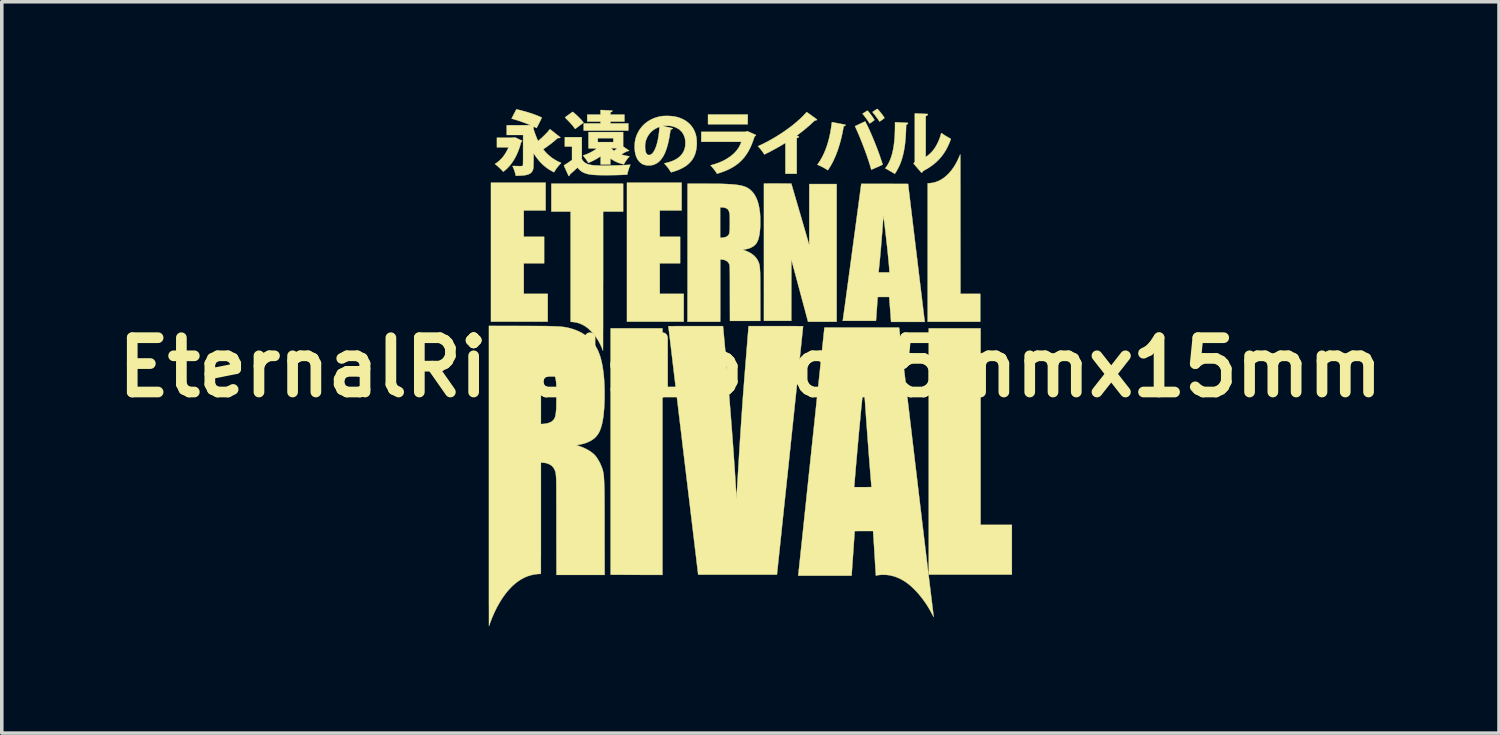
<source format=kicad_pcb>
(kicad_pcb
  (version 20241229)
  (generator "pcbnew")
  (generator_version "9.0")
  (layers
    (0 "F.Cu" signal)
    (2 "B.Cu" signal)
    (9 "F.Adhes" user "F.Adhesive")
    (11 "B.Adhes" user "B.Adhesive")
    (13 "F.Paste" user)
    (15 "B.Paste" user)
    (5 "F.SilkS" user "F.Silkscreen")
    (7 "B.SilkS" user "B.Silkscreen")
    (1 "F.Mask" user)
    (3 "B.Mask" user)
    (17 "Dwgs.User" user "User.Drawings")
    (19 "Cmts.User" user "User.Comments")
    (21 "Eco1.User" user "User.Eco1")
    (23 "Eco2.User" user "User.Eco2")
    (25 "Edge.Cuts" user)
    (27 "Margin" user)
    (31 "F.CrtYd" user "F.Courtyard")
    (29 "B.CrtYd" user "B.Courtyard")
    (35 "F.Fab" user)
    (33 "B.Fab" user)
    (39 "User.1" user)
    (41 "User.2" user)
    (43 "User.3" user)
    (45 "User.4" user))
  (footprint "EternalRivalsLogo15mmx15mm"
    (layer "F.Cu")
    (at 18.005 7.26)
    (property "Reference" "EternalRivalsLogo15mmx15mm" (at 0 0 0) (layer "F.SilkS") (effects (font (size 1.524 1.524) (thickness 0.3))))
    (attr through_hole)
    (fp_poly (pts (xy -0.075 -6.825) (xy -1.189 -6.825) (xy -1.189 -7.097) (xy -0.075 -7.097) (xy -0.075 -6.825)) (stroke (width 0.01) (type solid)) (fill yes) (layer "F.SilkS"))
    (fp_poly (pts (xy 6.458 4.417) (xy 7.336 4.417) (xy 7.336 5.812) (xy 5.005 5.812) (xy 5.005 -1.097) (xy 6.458 -1.097) (xy 6.458 4.417)) (stroke (width 0.01) (type solid)) (fill yes) (layer "F.SilkS"))
    (fp_poly (pts (xy -5.746 -4.405) (xy -6.359 -4.405) (xy -6.359 -3.667) (xy -5.788 -3.667) (xy -5.788 -2.922) (xy -6.359 -2.922) (xy -6.359 -2.065) (xy -5.687 -2.065) (xy -5.687 -1.285) (xy -7.279 -1.285) (xy -7.279 -5.185) (xy -5.746 -5.185) (xy -5.746 -4.405)) (stroke (width 0.01) (type solid)) (fill yes) (layer "F.SilkS"))
    (fp_poly (pts (xy -1.93 -4.405) (xy -2.543 -4.405) (xy -2.543 -3.667) (xy -1.972 -3.667) (xy -1.972 -2.922) (xy -2.543 -2.922) (xy -2.543 -2.065) (xy -1.871 -2.065) (xy -1.871 -1.285) (xy -3.463 -1.285) (xy -3.463 -5.185) (xy -1.93 -5.185) (xy -1.93 -4.405)) (stroke (width 0.01) (type solid)) (fill yes) (layer "F.SilkS"))
    (fp_poly (pts (xy -2.468 5.821) (xy -2.783 5.82) (xy -2.828 5.82) (xy -2.879 5.82) (xy -2.934 5.82) (xy -2.993 5.82) (xy -3.054 5.82) (xy -3.117 5.819) (xy -3.181 5.819) (xy -3.245 5.819) (xy -3.309 5.819) (xy -3.37 5.818) (xy -3.43 5.818) (xy -3.486 5.818) (xy -3.492 5.818) (xy -3.54 5.818) (xy -3.587 5.817) (xy -3.632 5.817) (xy -3.675 5.817) (xy -3.716 5.817) (xy -3.753 5.817) (xy -3.787 5.816) (xy -3.818 5.816) (xy -3.844 5.816) (xy -3.866 5.816) (xy -3.884 5.816) (xy -3.896 5.816) (xy -3.903 5.816) (xy -3.903 5.816) (xy -3.921 5.815) (xy -3.921 -1.097) (xy -2.468 -1.097) (xy -2.468 5.821)) (stroke (width 0.01) (type solid)) (fill yes) (layer "F.SilkS"))
    (fp_poly (pts (xy 0.764 -5.16) (xy 1.148 -5.159) (xy 1.4 -4.296) (xy 1.651 -3.433) (xy 1.652 -4.289) (xy 1.653 -5.146) (xy 2.42 -5.146) (xy 2.42 -1.282) (xy 1.617 -1.282) (xy 1.61 -1.311) (xy 1.609 -1.316) (xy 1.606 -1.327) (xy 1.602 -1.343) (xy 1.596 -1.364) (xy 1.589 -1.39) (xy 1.581 -1.421) (xy 1.571 -1.456) (xy 1.561 -1.495) (xy 1.549 -1.538) (xy 1.537 -1.585) (xy 1.524 -1.635) (xy 1.509 -1.688) (xy 1.494 -1.744) (xy 1.479 -1.803) (xy 1.462 -1.864) (xy 1.445 -1.927) (xy 1.427 -1.993) (xy 1.409 -2.06) (xy 1.391 -2.129) (xy 1.376 -2.185) (xy 1.149 -3.03) (xy 1.148 -2.17) (xy 1.147 -1.309) (xy 0.38 -1.309) (xy 0.38 -5.161) (xy 0.764 -5.16)) (stroke (width 0.01) (type solid)) (fill yes) (layer "F.SilkS"))
    (fp_poly (pts (xy -4.188 -7.223) (xy -4.178 -7.222) (xy -4.164 -7.221) (xy -4.145 -7.221) (xy -4.124 -7.22) (xy -4.1 -7.218) (xy -4.075 -7.217) (xy -4.048 -7.216) (xy -4.021 -7.214) (xy -3.995 -7.213) (xy -3.969 -7.212) (xy -3.945 -7.21) (xy -3.923 -7.209) (xy -3.904 -7.208) (xy -3.889 -7.207) (xy -3.878 -7.207) (xy -3.871 -7.206) (xy -3.87 -7.206) (xy -3.871 -7.203) (xy -3.873 -7.197) (xy -3.874 -7.193) (xy -3.882 -7.181) (xy -3.894 -7.172) (xy -3.91 -7.165) (xy -3.915 -7.164) (xy -3.927 -7.162) (xy -3.927 -7.094) (xy -3.535 -7.094) (xy -3.535 -6.9) (xy -3.927 -6.9) (xy -3.927 -6.846) (xy -3.425 -6.846) (xy -3.425 -6.646) (xy -4.677 -6.646) (xy -4.677 -6.846) (xy -4.204 -6.846) (xy -4.204 -6.9) (xy -4.578 -6.9) (xy -4.578 -7.094) (xy -4.204 -7.094) (xy -4.204 -7.223) (xy -4.193 -7.223) (xy -4.188 -7.223)) (stroke (width 0.01) (type solid)) (fill yes) (layer "F.SilkS"))
    (fp_poly (pts (xy 3.286 -7.202) (xy 3.293 -7.196) (xy 3.303 -7.186) (xy 3.316 -7.173) (xy 3.33 -7.156) (xy 3.345 -7.137) (xy 3.362 -7.116) (xy 3.379 -7.094) (xy 3.397 -7.07) (xy 3.414 -7.046) (xy 3.431 -7.022) (xy 3.447 -6.999) (xy 3.46 -6.978) (xy 3.468 -6.966) (xy 3.475 -6.955) (xy 3.479 -6.947) (xy 3.481 -6.943) (xy 3.481 -6.942) (xy 3.479 -6.94) (xy 3.472 -6.935) (xy 3.463 -6.927) (xy 3.45 -6.918) (xy 3.436 -6.908) (xy 3.42 -6.897) (xy 3.405 -6.885) (xy 3.39 -6.875) (xy 3.375 -6.865) (xy 3.363 -6.856) (xy 3.354 -6.85) (xy 3.348 -6.847) (xy 3.347 -6.846) (xy 3.344 -6.848) (xy 3.339 -6.855) (xy 3.334 -6.864) (xy 3.333 -6.865) (xy 3.318 -6.888) (xy 3.301 -6.915) (xy 3.28 -6.944) (xy 3.259 -6.975) (xy 3.237 -7.005) (xy 3.214 -7.035) (xy 3.193 -7.062) (xy 3.174 -7.086) (xy 3.172 -7.088) (xy 3.163 -7.099) (xy 3.155 -7.108) (xy 3.149 -7.115) (xy 3.147 -7.119) (xy 3.147 -7.119) (xy 3.151 -7.122) (xy 3.16 -7.128) (xy 3.171 -7.135) (xy 3.185 -7.144) (xy 3.201 -7.154) (xy 3.217 -7.164) (xy 3.233 -7.174) (xy 3.248 -7.183) (xy 3.261 -7.192) (xy 3.271 -7.198) (xy 3.279 -7.202) (xy 3.281 -7.204) (xy 3.286 -7.202)) (stroke (width 0.01) (type solid)) (fill yes) (layer "F.SilkS"))
    (fp_poly (pts (xy 3.563 -7.253) (xy 3.571 -7.247) (xy 3.581 -7.237) (xy 3.593 -7.224) (xy 3.607 -7.208) (xy 3.623 -7.19) (xy 3.639 -7.17) (xy 3.656 -7.149) (xy 3.673 -7.127) (xy 3.69 -7.105) (xy 3.707 -7.083) (xy 3.722 -7.062) (xy 3.736 -7.043) (xy 3.743 -7.032) (xy 3.75 -7.02) (xy 3.756 -7.01) (xy 3.761 -7.002) (xy 3.762 -6.999) (xy 3.76 -6.997) (xy 3.753 -6.992) (xy 3.744 -6.984) (xy 3.731 -6.975) (xy 3.717 -6.964) (xy 3.701 -6.953) (xy 3.686 -6.941) (xy 3.67 -6.93) (xy 3.656 -6.92) (xy 3.643 -6.912) (xy 3.634 -6.905) (xy 3.627 -6.901) (xy 3.625 -6.9) (xy 3.623 -6.902) (xy 3.618 -6.909) (xy 3.611 -6.919) (xy 3.603 -6.931) (xy 3.599 -6.936) (xy 3.585 -6.958) (xy 3.567 -6.983) (xy 3.547 -7.011) (xy 3.525 -7.04) (xy 3.503 -7.069) (xy 3.481 -7.097) (xy 3.461 -7.122) (xy 3.449 -7.136) (xy 3.44 -7.148) (xy 3.432 -7.158) (xy 3.427 -7.164) (xy 3.425 -7.167) (xy 3.425 -7.167) (xy 3.429 -7.17) (xy 3.437 -7.176) (xy 3.449 -7.183) (xy 3.463 -7.193) (xy 3.478 -7.203) (xy 3.494 -7.213) (xy 3.51 -7.223) (xy 3.525 -7.233) (xy 3.538 -7.242) (xy 3.549 -7.248) (xy 3.556 -7.253) (xy 3.559 -7.255) (xy 3.563 -7.253)) (stroke (width 0.01) (type solid)) (fill yes) (layer "F.SilkS"))
    (fp_poly (pts (xy -3.571 -4.375) (xy -4.133 -4.375) (xy -4.133 -2.421) (xy -4.134 -2.313) (xy -4.134 -2.207) (xy -4.134 -2.102) (xy -4.134 -2) (xy -4.134 -1.899) (xy -4.134 -1.8) (xy -4.134 -1.704) (xy -4.134 -1.609) (xy -4.134 -1.518) (xy -4.134 -1.429) (xy -4.134 -1.343) (xy -4.134 -1.261) (xy -4.134 -1.181) (xy -4.134 -1.105) (xy -4.135 -1.032) (xy -4.135 -0.963) (xy -4.135 -0.898) (xy -4.135 -0.837) (xy -4.135 -0.78) (xy -4.135 -0.727) (xy -4.135 -0.679) (xy -4.135 -0.635) (xy -4.135 -0.596) (xy -4.136 -0.562) (xy -4.136 -0.534) (xy -4.136 -0.51) (xy -4.136 -0.492) (xy -4.136 -0.479) (xy -4.136 -0.472) (xy -4.136 -0.471) (xy -4.138 -0.474) (xy -4.141 -0.483) (xy -4.146 -0.494) (xy -4.151 -0.508) (xy -4.152 -0.511) (xy -4.188 -0.597) (xy -4.228 -0.68) (xy -4.273 -0.761) (xy -4.323 -0.838) (xy -4.376 -0.911) (xy -4.386 -0.924) (xy -4.4 -0.941) (xy -4.418 -0.961) (xy -4.438 -0.983) (xy -4.46 -1.006) (xy -4.483 -1.028) (xy -4.505 -1.05) (xy -4.526 -1.071) (xy -4.546 -1.088) (xy -4.562 -1.103) (xy -4.566 -1.106) (xy -4.624 -1.148) (xy -4.682 -1.184) (xy -4.743 -1.214) (xy -4.804 -1.239) (xy -4.867 -1.257) (xy -4.932 -1.27) (xy -4.997 -1.277) (xy -5.007 -1.278) (xy -5.044 -1.28) (xy -5.044 -4.375) (xy -5.585 -4.375) (xy -5.585 -5.155) (xy -3.571 -5.155) (xy -3.571 -4.375)) (stroke (width 0.01) (type solid)) (fill yes) (layer "F.SilkS"))
    (fp_poly (pts (xy -4.984 -7.17) (xy -4.977 -7.165) (xy -4.967 -7.157) (xy -4.955 -7.148) (xy -4.949 -7.143) (xy -4.914 -7.112) (xy -4.878 -7.08) (xy -4.844 -7.048) (xy -4.81 -7.015) (xy -4.779 -6.983) (xy -4.75 -6.953) (xy -4.725 -6.924) (xy -4.704 -6.898) (xy -4.7 -6.893) (xy -4.692 -6.882) (xy -4.687 -6.875) (xy -4.685 -6.871) (xy -4.685 -6.868) (xy -4.687 -6.866) (xy -4.687 -6.866) (xy -4.691 -6.863) (xy -4.699 -6.857) (xy -4.71 -6.848) (xy -4.725 -6.837) (xy -4.742 -6.824) (xy -4.762 -6.809) (xy -4.784 -6.793) (xy -4.804 -6.778) (xy -4.826 -6.761) (xy -4.847 -6.745) (xy -4.866 -6.73) (xy -4.883 -6.718) (xy -4.897 -6.708) (xy -4.908 -6.7) (xy -4.915 -6.695) (xy -4.917 -6.694) (xy -4.92 -6.696) (xy -4.925 -6.702) (xy -4.932 -6.711) (xy -4.936 -6.717) (xy -4.957 -6.746) (xy -4.982 -6.779) (xy -5.012 -6.815) (xy -5.046 -6.852) (xy -5.083 -6.892) (xy -5.123 -6.934) (xy -5.139 -6.95) (xy -5.156 -6.967) (xy -5.171 -6.982) (xy -5.183 -6.995) (xy -5.193 -7.006) (xy -5.199 -7.013) (xy -5.201 -7.016) (xy -5.201 -7.016) (xy -5.197 -7.019) (xy -5.189 -7.025) (xy -5.178 -7.034) (xy -5.163 -7.045) (xy -5.147 -7.057) (xy -5.129 -7.07) (xy -5.109 -7.084) (xy -5.09 -7.098) (xy -5.07 -7.113) (xy -5.051 -7.126) (xy -5.034 -7.139) (xy -5.018 -7.15) (xy -5.005 -7.159) (xy -4.995 -7.166) (xy -4.989 -7.171) (xy -4.987 -7.172) (xy -4.984 -7.17)) (stroke (width 0.01) (type solid)) (fill yes) (layer "F.SilkS"))
    (fp_poly (pts (xy 5.887 -5.976) (xy 5.887 -5.975) (xy 5.888 -5.974) (xy 5.888 -5.971) (xy 5.888 -5.967) (xy 5.888 -5.962) (xy 5.889 -5.956) (xy 5.889 -5.948) (xy 5.889 -5.938) (xy 5.889 -5.927) (xy 5.89 -5.914) (xy 5.89 -5.899) (xy 5.89 -5.881) (xy 5.89 -5.862) (xy 5.89 -5.84) (xy 5.89 -5.815) (xy 5.89 -5.788) (xy 5.891 -5.758) (xy 5.891 -5.725) (xy 5.891 -5.689) (xy 5.891 -5.65) (xy 5.891 -5.607) (xy 5.891 -5.561) (xy 5.891 -5.511) (xy 5.891 -5.458) (xy 5.891 -5.4) (xy 5.891 -5.339) (xy 5.891 -5.273) (xy 5.891 -5.203) (xy 5.892 -5.129) (xy 5.892 -5.05) (xy 5.892 -4.967) (xy 5.892 -4.879) (xy 5.892 -4.785) (xy 5.892 -4.687) (xy 5.892 -4.583) (xy 5.892 -4.474) (xy 5.892 -4.36) (xy 5.892 -4.24) (xy 5.892 -4.114) (xy 5.892 -4.027) (xy 5.893 -2.065) (xy 6.449 -2.065) (xy 6.449 -1.282) (xy 4.975 -1.282) (xy 4.975 -5.166) (xy 5.008 -5.168) (xy 5.069 -5.174) (xy 5.127 -5.183) (xy 5.182 -5.197) (xy 5.235 -5.215) (xy 5.288 -5.237) (xy 5.303 -5.244) (xy 5.363 -5.277) (xy 5.422 -5.316) (xy 5.479 -5.361) (xy 5.534 -5.411) (xy 5.587 -5.466) (xy 5.638 -5.527) (xy 5.687 -5.594) (xy 5.734 -5.666) (xy 5.779 -5.744) (xy 5.806 -5.797) (xy 5.817 -5.818) (xy 5.829 -5.843) (xy 5.841 -5.871) (xy 5.854 -5.899) (xy 5.866 -5.926) (xy 5.876 -5.951) (xy 5.885 -5.973) (xy 5.886 -5.975) (xy 5.886 -5.976) (xy 5.886 -5.977) (xy 5.887 -5.977) (xy 5.887 -5.976)) (stroke (width 0.01) (type solid)) (fill yes) (layer "F.SilkS"))
    (fp_poly (pts (xy 2.295 -6.881) (xy 2.304 -6.88) (xy 2.318 -6.877) (xy 2.335 -6.874) (xy 2.356 -6.87) (xy 2.38 -6.865) (xy 2.406 -6.86) (xy 2.433 -6.855) (xy 2.462 -6.85) (xy 2.491 -6.844) (xy 2.52 -6.838) (xy 2.548 -6.833) (xy 2.574 -6.828) (xy 2.599 -6.823) (xy 2.621 -6.819) (xy 2.64 -6.815) (xy 2.654 -6.812) (xy 2.665 -6.81) (xy 2.671 -6.808) (xy 2.671 -6.808) (xy 2.671 -6.805) (xy 2.668 -6.799) (xy 2.663 -6.791) (xy 2.658 -6.784) (xy 2.653 -6.78) (xy 2.645 -6.776) (xy 2.634 -6.772) (xy 2.63 -6.771) (xy 2.616 -6.767) (xy 2.606 -6.71) (xy 2.586 -6.598) (xy 2.562 -6.489) (xy 2.536 -6.381) (xy 2.507 -6.276) (xy 2.476 -6.174) (xy 2.443 -6.075) (xy 2.407 -5.98) (xy 2.369 -5.889) (xy 2.329 -5.802) (xy 2.287 -5.72) (xy 2.243 -5.643) (xy 2.203 -5.58) (xy 2.194 -5.566) (xy 2.186 -5.554) (xy 2.179 -5.544) (xy 2.175 -5.538) (xy 2.173 -5.536) (xy 2.17 -5.537) (xy 2.163 -5.541) (xy 2.156 -5.545) (xy 2.129 -5.563) (xy 2.098 -5.582) (xy 2.063 -5.601) (xy 2.027 -5.621) (xy 1.99 -5.639) (xy 1.954 -5.657) (xy 1.92 -5.672) (xy 1.901 -5.68) (xy 1.891 -5.684) (xy 1.883 -5.687) (xy 1.88 -5.688) (xy 1.88 -5.688) (xy 1.881 -5.691) (xy 1.885 -5.697) (xy 1.892 -5.706) (xy 1.895 -5.711) (xy 1.942 -5.779) (xy 1.986 -5.852) (xy 2.028 -5.93) (xy 2.067 -6.012) (xy 2.104 -6.1) (xy 2.138 -6.191) (xy 2.169 -6.287) (xy 2.197 -6.387) (xy 2.222 -6.49) (xy 2.244 -6.596) (xy 2.263 -6.706) (xy 2.279 -6.819) (xy 2.283 -6.851) (xy 2.285 -6.866) (xy 2.287 -6.875) (xy 2.288 -6.88) (xy 2.291 -6.882) (xy 2.291 -6.882) (xy 2.295 -6.881)) (stroke (width 0.01) (type solid)) (fill yes) (layer "F.SilkS"))
    (fp_poly (pts (xy 3.222 -6.9) (xy 3.226 -6.893) (xy 3.233 -6.881) (xy 3.241 -6.866) (xy 3.25 -6.848) (xy 3.26 -6.827) (xy 3.272 -6.804) (xy 3.283 -6.78) (xy 3.295 -6.756) (xy 3.307 -6.731) (xy 3.318 -6.707) (xy 3.329 -6.684) (xy 3.338 -6.665) (xy 3.409 -6.505) (xy 3.478 -6.339) (xy 3.546 -6.168) (xy 3.607 -6.003) (xy 3.613 -5.987) (xy 3.62 -5.967) (xy 3.628 -5.945) (xy 3.636 -5.92) (xy 3.645 -5.894) (xy 3.654 -5.867) (xy 3.663 -5.84) (xy 3.672 -5.814) (xy 3.68 -5.788) (xy 3.688 -5.765) (xy 3.695 -5.743) (xy 3.701 -5.725) (xy 3.706 -5.71) (xy 3.71 -5.699) (xy 3.711 -5.693) (xy 3.711 -5.692) (xy 3.709 -5.69) (xy 3.701 -5.686) (xy 3.689 -5.68) (xy 3.673 -5.672) (xy 3.653 -5.664) (xy 3.631 -5.653) (xy 3.606 -5.642) (xy 3.579 -5.63) (xy 3.551 -5.618) (xy 3.522 -5.605) (xy 3.493 -5.592) (xy 3.464 -5.58) (xy 3.435 -5.567) (xy 3.407 -5.556) (xy 3.402 -5.553) (xy 3.393 -5.549) (xy 3.386 -5.574) (xy 3.381 -5.591) (xy 3.374 -5.613) (xy 3.367 -5.639) (xy 3.358 -5.668) (xy 3.348 -5.7) (xy 3.337 -5.732) (xy 3.327 -5.766) (xy 3.316 -5.799) (xy 3.305 -5.831) (xy 3.297 -5.857) (xy 3.262 -5.959) (xy 3.225 -6.062) (xy 3.187 -6.165) (xy 3.147 -6.268) (xy 3.107 -6.369) (xy 3.067 -6.468) (xy 3.027 -6.563) (xy 2.987 -6.654) (xy 2.954 -6.726) (xy 2.947 -6.741) (xy 2.942 -6.754) (xy 2.938 -6.763) (xy 2.936 -6.769) (xy 2.936 -6.771) (xy 2.94 -6.772) (xy 2.948 -6.776) (xy 2.96 -6.781) (xy 2.976 -6.789) (xy 2.996 -6.798) (xy 3.018 -6.809) (xy 3.043 -6.821) (xy 3.069 -6.833) (xy 3.078 -6.837) (xy 3.105 -6.85) (xy 3.13 -6.862) (xy 3.153 -6.873) (xy 3.174 -6.882) (xy 3.191 -6.89) (xy 3.205 -6.896) (xy 3.215 -6.901) (xy 3.219 -6.903) (xy 3.22 -6.903) (xy 3.222 -6.9)) (stroke (width 0.01) (type solid)) (fill yes) (layer "F.SilkS"))
    (fp_poly (pts (xy 4.074 -6.879) (xy 4.085 -6.879) (xy 4.1 -6.878) (xy 4.119 -6.877) (xy 4.142 -6.876) (xy 4.169 -6.875) (xy 4.197 -6.873) (xy 4.228 -6.872) (xy 4.252 -6.871) (xy 4.288 -6.869) (xy 4.319 -6.868) (xy 4.344 -6.866) (xy 4.365 -6.865) (xy 4.382 -6.864) (xy 4.396 -6.863) (xy 4.406 -6.862) (xy 4.413 -6.861) (xy 4.418 -6.861) (xy 4.421 -6.86) (xy 4.422 -6.859) (xy 4.423 -6.857) (xy 4.423 -6.857) (xy 4.42 -6.847) (xy 4.413 -6.836) (xy 4.404 -6.826) (xy 4.396 -6.821) (xy 4.387 -6.817) (xy 4.379 -6.814) (xy 4.376 -6.813) (xy 4.374 -6.813) (xy 4.373 -6.812) (xy 4.371 -6.809) (xy 4.371 -6.804) (xy 4.37 -6.796) (xy 4.369 -6.785) (xy 4.369 -6.77) (xy 4.368 -6.75) (xy 4.368 -6.729) (xy 4.364 -6.621) (xy 4.359 -6.518) (xy 4.352 -6.421) (xy 4.344 -6.328) (xy 4.334 -6.24) (xy 4.321 -6.156) (xy 4.307 -6.076) (xy 4.291 -6) (xy 4.273 -5.927) (xy 4.253 -5.857) (xy 4.231 -5.789) (xy 4.207 -5.724) (xy 4.2 -5.706) (xy 4.19 -5.684) (xy 4.179 -5.659) (xy 4.166 -5.632) (xy 4.152 -5.604) (xy 4.137 -5.576) (xy 4.122 -5.548) (xy 4.108 -5.522) (xy 4.094 -5.497) (xy 4.081 -5.476) (xy 4.069 -5.458) (xy 4.06 -5.444) (xy 4.057 -5.44) (xy 4.051 -5.433) (xy 4.03 -5.447) (xy 4.018 -5.454) (xy 4.003 -5.463) (xy 3.985 -5.474) (xy 3.964 -5.486) (xy 3.942 -5.499) (xy 3.919 -5.512) (xy 3.896 -5.526) (xy 3.874 -5.538) (xy 3.852 -5.55) (xy 3.832 -5.561) (xy 3.815 -5.571) (xy 3.801 -5.578) (xy 3.791 -5.583) (xy 3.785 -5.586) (xy 3.786 -5.588) (xy 3.79 -5.595) (xy 3.796 -5.604) (xy 3.804 -5.615) (xy 3.806 -5.618) (xy 3.841 -5.668) (xy 3.872 -5.722) (xy 3.902 -5.78) (xy 3.928 -5.843) (xy 3.952 -5.91) (xy 3.974 -5.982) (xy 3.993 -6.059) (xy 4.01 -6.14) (xy 4.024 -6.227) (xy 4.035 -6.318) (xy 4.045 -6.415) (xy 4.051 -6.516) (xy 4.056 -6.623) (xy 4.058 -6.736) (xy 4.058 -6.777) (xy 4.058 -6.879) (xy 4.069 -6.879) (xy 4.074 -6.879)) (stroke (width 0.01) (type solid)) (fill yes) (layer "F.SilkS"))
    (fp_poly (pts (xy -6.539 -6.425) (xy -6.519 -6.415) (xy -6.497 -6.405) (xy -6.476 -6.395) (xy -6.456 -6.386) (xy -6.441 -6.378) (xy -6.44 -6.378) (xy -6.401 -6.359) (xy -6.405 -6.35) (xy -6.41 -6.343) (xy -6.417 -6.335) (xy -6.422 -6.33) (xy -6.428 -6.325) (xy -6.431 -6.321) (xy -6.435 -6.316) (xy -6.438 -6.308) (xy -6.441 -6.298) (xy -6.445 -6.283) (xy -6.447 -6.275) (xy -6.473 -6.187) (xy -6.502 -6.103) (xy -6.535 -6.021) (xy -6.571 -5.943) (xy -6.61 -5.869) (xy -6.652 -5.799) (xy -6.697 -5.733) (xy -6.745 -5.671) (xy -6.795 -5.615) (xy -6.847 -5.563) (xy -6.902 -5.517) (xy -6.919 -5.504) (xy -6.929 -5.497) (xy -6.935 -5.494) (xy -6.938 -5.493) (xy -6.939 -5.494) (xy -6.939 -5.495) (xy -6.941 -5.499) (xy -6.947 -5.505) (xy -6.955 -5.515) (xy -6.967 -5.527) (xy -6.98 -5.541) (xy -6.995 -5.556) (xy -7.011 -5.571) (xy -7.026 -5.587) (xy -7.042 -5.602) (xy -7.056 -5.615) (xy -7.069 -5.627) (xy -7.076 -5.634) (xy -7.091 -5.647) (xy -7.107 -5.66) (xy -7.122 -5.673) (xy -7.136 -5.683) (xy -7.14 -5.686) (xy -7.15 -5.694) (xy -7.159 -5.701) (xy -7.164 -5.706) (xy -7.166 -5.708) (xy -7.163 -5.711) (xy -7.157 -5.715) (xy -7.153 -5.718) (xy -7.14 -5.726) (xy -7.123 -5.738) (xy -7.104 -5.752) (xy -7.085 -5.767) (xy -7.065 -5.783) (xy -7.047 -5.798) (xy -7.044 -5.801) (xy -6.996 -5.847) (xy -6.951 -5.898) (xy -6.909 -5.953) (xy -6.87 -6.012) (xy -6.835 -6.073) (xy -6.81 -6.123) (xy -6.803 -6.138) (xy -6.797 -6.152) (xy -6.792 -6.162) (xy -6.789 -6.169) (xy -6.788 -6.171) (xy -6.788 -6.173) (xy -6.789 -6.174) (xy -6.791 -6.174) (xy -6.795 -6.175) (xy -6.801 -6.176) (xy -6.81 -6.176) (xy -6.822 -6.176) (xy -6.838 -6.176) (xy -6.858 -6.177) (xy -6.883 -6.177) (xy -6.912 -6.177) (xy -6.947 -6.177) (xy -7.112 -6.177) (xy -7.112 -6.446) (xy -6.886 -6.446) (xy -6.834 -6.446) (xy -6.788 -6.446) (xy -6.749 -6.446) (xy -6.714 -6.446) (xy -6.686 -6.447) (xy -6.663 -6.447) (xy -6.645 -6.448) (xy -6.633 -6.449) (xy -6.629 -6.449) (xy -6.599 -6.453) (xy -6.539 -6.425)) (stroke (width 0.01) (type solid)) (fill yes) (layer "F.SilkS"))
    (fp_poly (pts (xy -0.087 -6.629) (xy -0.086 -6.628) (xy -0.078 -6.625) (xy -0.066 -6.62) (xy -0.051 -6.614) (xy -0.033 -6.606) (xy -0.013 -6.597) (xy 0.008 -6.588) (xy 0.031 -6.578) (xy 0.053 -6.568) (xy 0.075 -6.558) (xy 0.096 -6.549) (xy 0.115 -6.54) (xy 0.131 -6.533) (xy 0.144 -6.527) (xy 0.153 -6.522) (xy 0.158 -6.52) (xy 0.158 -6.52) (xy 0.156 -6.515) (xy 0.151 -6.509) (xy 0.143 -6.501) (xy 0.135 -6.494) (xy 0.128 -6.489) (xy 0.127 -6.489) (xy 0.123 -6.486) (xy 0.12 -6.484) (xy 0.117 -6.479) (xy 0.114 -6.473) (xy 0.11 -6.463) (xy 0.106 -6.449) (xy 0.101 -6.436) (xy 0.08 -6.373) (xy 0.056 -6.309) (xy 0.031 -6.246) (xy 0.004 -6.186) (xy -0.024 -6.128) (xy -0.052 -6.075) (xy -0.06 -6.062) (xy -0.077 -6.033) (xy -0.097 -6.001) (xy -0.119 -5.968) (xy -0.141 -5.937) (xy -0.163 -5.908) (xy -0.172 -5.896) (xy -0.191 -5.873) (xy -0.214 -5.848) (xy -0.239 -5.822) (xy -0.265 -5.795) (xy -0.291 -5.77) (xy -0.317 -5.746) (xy -0.341 -5.726) (xy -0.349 -5.718) (xy -0.415 -5.67) (xy -0.484 -5.625) (xy -0.559 -5.583) (xy -0.638 -5.544) (xy -0.723 -5.508) (xy -0.813 -5.475) (xy -0.882 -5.453) (xy -0.898 -5.448) (xy -0.912 -5.444) (xy -0.924 -5.44) (xy -0.932 -5.438) (xy -0.934 -5.437) (xy -0.937 -5.439) (xy -0.942 -5.445) (xy -0.948 -5.454) (xy -0.95 -5.458) (xy -0.963 -5.479) (xy -0.98 -5.504) (xy -1.001 -5.533) (xy -1.025 -5.563) (xy -1.052 -5.596) (xy -1.082 -5.631) (xy -1.086 -5.635) (xy -1.096 -5.647) (xy -1.105 -5.657) (xy -1.111 -5.665) (xy -1.115 -5.669) (xy -1.115 -5.67) (xy -1.112 -5.672) (xy -1.105 -5.675) (xy -1.093 -5.678) (xy -1.078 -5.683) (xy -1.062 -5.687) (xy -0.97 -5.715) (xy -0.882 -5.746) (xy -0.799 -5.782) (xy -0.719 -5.821) (xy -0.645 -5.865) (xy -0.575 -5.912) (xy -0.509 -5.963) (xy -0.507 -5.965) (xy -0.478 -5.991) (xy -0.448 -6.019) (xy -0.419 -6.05) (xy -0.391 -6.082) (xy -0.366 -6.114) (xy -0.343 -6.145) (xy -0.327 -6.171) (xy -0.314 -6.192) (xy -0.302 -6.215) (xy -0.291 -6.239) (xy -0.28 -6.262) (xy -0.271 -6.284) (xy -0.264 -6.304) (xy -0.259 -6.32) (xy -0.258 -6.323) (xy -0.256 -6.332) (xy -1.378 -6.332) (xy -1.378 -6.61) (xy -0.131 -6.61) (xy -0.113 -6.621) (xy -0.103 -6.627) (xy -0.097 -6.63) (xy -0.092 -6.63) (xy -0.087 -6.629)) (stroke (width 0.01) (type solid)) (fill yes) (layer "F.SilkS"))
    (fp_poly (pts (xy 4.63 -7.127) (xy 4.64 -7.127) (xy 4.656 -7.126) (xy 4.675 -7.125) (xy 4.698 -7.124) (xy 4.725 -7.123) (xy 4.753 -7.121) (xy 4.784 -7.12) (xy 4.808 -7.119) (xy 4.979 -7.111) (xy 4.977 -7.101) (xy 4.974 -7.092) (xy 4.969 -7.082) (xy 4.968 -7.08) (xy 4.96 -7.073) (xy 4.95 -7.066) (xy 4.939 -7.06) (xy 4.928 -7.056) (xy 4.924 -7.055) (xy 4.923 -7.055) (xy 4.923 -7.054) (xy 4.922 -7.053) (xy 4.922 -7.05) (xy 4.921 -7.046) (xy 4.921 -7.04) (xy 4.92 -7.033) (xy 4.92 -7.023) (xy 4.92 -7.011) (xy 4.92 -6.997) (xy 4.919 -6.98) (xy 4.919 -6.959) (xy 4.919 -6.936) (xy 4.919 -6.909) (xy 4.919 -6.878) (xy 4.919 -6.842) (xy 4.919 -6.803) (xy 4.919 -6.759) (xy 4.919 -6.71) (xy 4.919 -6.657) (xy 4.919 -6.598) (xy 4.919 -6.533) (xy 4.919 -6.481) (xy 4.919 -5.908) (xy 4.931 -5.914) (xy 4.95 -5.926) (xy 4.972 -5.942) (xy 4.996 -5.961) (xy 5.021 -5.982) (xy 5.045 -6.005) (xy 5.069 -6.028) (xy 5.091 -6.051) (xy 5.107 -6.068) (xy 5.148 -6.119) (xy 5.187 -6.176) (xy 5.223 -6.238) (xy 5.257 -6.304) (xy 5.288 -6.373) (xy 5.316 -6.445) (xy 5.34 -6.52) (xy 5.349 -6.553) (xy 5.353 -6.565) (xy 5.356 -6.573) (xy 5.359 -6.576) (xy 5.359 -6.576) (xy 5.363 -6.574) (xy 5.37 -6.569) (xy 5.38 -6.562) (xy 5.392 -6.553) (xy 5.396 -6.551) (xy 5.428 -6.529) (xy 5.466 -6.505) (xy 5.509 -6.479) (xy 5.557 -6.451) (xy 5.568 -6.445) (xy 5.585 -6.436) (xy 5.599 -6.427) (xy 5.611 -6.42) (xy 5.619 -6.414) (xy 5.624 -6.411) (xy 5.624 -6.41) (xy 5.623 -6.406) (xy 5.62 -6.398) (xy 5.616 -6.386) (xy 5.61 -6.371) (xy 5.606 -6.358) (xy 5.569 -6.268) (xy 5.529 -6.182) (xy 5.486 -6.101) (xy 5.439 -6.025) (xy 5.388 -5.953) (xy 5.334 -5.885) (xy 5.275 -5.821) (xy 5.212 -5.76) (xy 5.144 -5.703) (xy 5.072 -5.649) (xy 4.995 -5.597) (xy 4.927 -5.557) (xy 4.912 -5.549) (xy 4.897 -5.541) (xy 4.884 -5.533) (xy 4.874 -5.528) (xy 4.861 -5.521) (xy 4.851 -5.513) (xy 4.844 -5.504) (xy 4.836 -5.493) (xy 4.825 -5.482) (xy 4.814 -5.472) (xy 4.805 -5.466) (xy 4.805 -5.466) (xy 4.802 -5.466) (xy 4.797 -5.469) (xy 4.79 -5.476) (xy 4.78 -5.487) (xy 4.772 -5.496) (xy 4.764 -5.506) (xy 4.752 -5.52) (xy 4.738 -5.536) (xy 4.721 -5.555) (xy 4.703 -5.576) (xy 4.685 -5.598) (xy 4.666 -5.62) (xy 4.66 -5.626) (xy 4.578 -5.722) (xy 4.614 -5.77) (xy 4.614 -7.127) (xy 4.625 -7.127) (xy 4.63 -7.127)) (stroke (width 0.01) (type solid)) (fill yes) (layer "F.SilkS"))
    (fp_poly (pts (xy -4.73 -5.846) (xy -4.715 -5.822) (xy -4.694 -5.793) (xy -4.67 -5.768) (xy -4.644 -5.746) (xy -4.614 -5.727) (xy -4.58 -5.711) (xy -4.542 -5.698) (xy -4.5 -5.687) (xy -4.453 -5.678) (xy -4.412 -5.673) (xy -4.384 -5.671) (xy -4.35 -5.669) (xy -4.312 -5.667) (xy -4.268 -5.665) (xy -4.221 -5.664) (xy -4.17 -5.664) (xy -4.116 -5.664) (xy -4.059 -5.664) (xy -3.999 -5.664) (xy -3.938 -5.665) (xy -3.876 -5.666) (xy -3.812 -5.668) (xy -3.748 -5.669) (xy -3.684 -5.671) (xy -3.621 -5.674) (xy -3.558 -5.677) (xy -3.497 -5.68) (xy -3.437 -5.683) (xy -3.397 -5.686) (xy -3.368 -5.688) (xy -3.381 -5.656) (xy -3.392 -5.629) (xy -3.403 -5.599) (xy -3.414 -5.567) (xy -3.424 -5.535) (xy -3.433 -5.504) (xy -3.441 -5.475) (xy -3.448 -5.449) (xy -3.451 -5.431) (xy -3.455 -5.41) (xy -3.497 -5.408) (xy -3.564 -5.405) (xy -3.632 -5.402) (xy -3.7 -5.4) (xy -3.768 -5.398) (xy -3.836 -5.397) (xy -3.903 -5.396) (xy -3.969 -5.395) (xy -4.033 -5.395) (xy -4.094 -5.395) (xy -4.153 -5.395) (xy -4.209 -5.396) (xy -4.262 -5.397) (xy -4.31 -5.399) (xy -4.355 -5.401) (xy -4.394 -5.403) (xy -4.428 -5.406) (xy -4.441 -5.407) (xy -4.488 -5.413) (xy -4.53 -5.42) (xy -4.568 -5.428) (xy -4.603 -5.438) (xy -4.636 -5.449) (xy -4.668 -5.462) (xy -4.677 -5.466) (xy -4.707 -5.481) (xy -4.734 -5.498) (xy -4.76 -5.516) (xy -4.785 -5.538) (xy -4.812 -5.563) (xy -4.82 -5.572) (xy -4.853 -5.607) (xy -4.86 -5.601) (xy -4.864 -5.597) (xy -4.872 -5.59) (xy -4.882 -5.58) (xy -4.894 -5.57) (xy -4.895 -5.569) (xy -4.911 -5.553) (xy -4.931 -5.535) (xy -4.952 -5.516) (xy -4.973 -5.497) (xy -4.994 -5.478) (xy -5.014 -5.461) (xy -5.031 -5.446) (xy -5.039 -5.439) (xy -5.05 -5.429) (xy -5.058 -5.421) (xy -5.063 -5.415) (xy -5.066 -5.409) (xy -5.068 -5.403) (xy -5.073 -5.39) (xy -5.08 -5.38) (xy -5.09 -5.374) (xy -5.096 -5.371) (xy -5.099 -5.372) (xy -5.1 -5.375) (xy -5.103 -5.38) (xy -5.107 -5.39) (xy -5.114 -5.403) (xy -5.121 -5.42) (xy -5.13 -5.44) (xy -5.14 -5.461) (xy -5.151 -5.485) (xy -5.162 -5.509) (xy -5.173 -5.533) (xy -5.184 -5.558) (xy -5.194 -5.581) (xy -5.204 -5.603) (xy -5.213 -5.622) (xy -5.22 -5.639) (xy -5.226 -5.653) (xy -5.23 -5.662) (xy -5.232 -5.667) (xy -5.232 -5.668) (xy -5.23 -5.67) (xy -5.223 -5.675) (xy -5.214 -5.681) (xy -5.202 -5.689) (xy -5.2 -5.69) (xy -5.174 -5.706) (xy -5.144 -5.725) (xy -5.112 -5.746) (xy -5.081 -5.768) (xy -5.051 -5.79) (xy -5.045 -5.793) (xy -5.005 -5.822) (xy -5.005 -6.198) (xy -5.206 -6.198) (xy -5.206 -6.461) (xy -4.73 -6.461) (xy -4.73 -5.846)) (stroke (width 0.01) (type solid)) (fill yes) (layer "F.SilkS"))
    (fp_poly (pts (xy 1.584 -7.162) (xy 1.591 -7.158) (xy 1.602 -7.15) (xy 1.616 -7.14) (xy 1.633 -7.128) (xy 1.653 -7.114) (xy 1.673 -7.099) (xy 1.696 -7.083) (xy 1.718 -7.067) (xy 1.741 -7.05) (xy 1.764 -7.034) (xy 1.786 -7.018) (xy 1.806 -7.003) (xy 1.824 -6.99) (xy 1.84 -6.978) (xy 1.853 -6.968) (xy 1.863 -6.961) (xy 1.868 -6.957) (xy 1.869 -6.956) (xy 1.869 -6.952) (xy 1.865 -6.947) (xy 1.858 -6.942) (xy 1.85 -6.937) (xy 1.841 -6.933) (xy 1.83 -6.931) (xy 1.819 -6.93) (xy 1.818 -6.93) (xy 1.814 -6.929) (xy 1.81 -6.928) (xy 1.805 -6.925) (xy 1.798 -6.921) (xy 1.79 -6.914) (xy 1.779 -6.904) (xy 1.764 -6.89) (xy 1.763 -6.889) (xy 1.673 -6.806) (xy 1.579 -6.725) (xy 1.484 -6.646) (xy 1.388 -6.571) (xy 1.357 -6.548) (xy 1.297 -6.503) (xy 1.322 -6.494) (xy 1.335 -6.489) (xy 1.346 -6.486) (xy 1.353 -6.483) (xy 1.355 -6.483) (xy 1.361 -6.48) (xy 1.362 -6.475) (xy 1.358 -6.468) (xy 1.353 -6.462) (xy 1.344 -6.454) (xy 1.332 -6.446) (xy 1.32 -6.44) (xy 1.31 -6.437) (xy 1.307 -6.437) (xy 1.3 -6.437) (xy 1.3 -5.436) (xy 0.983 -5.436) (xy 0.983 -5.867) (xy 0.983 -5.918) (xy 0.983 -5.966) (xy 0.983 -6.013) (xy 0.983 -6.057) (xy 0.983 -6.099) (xy 0.983 -6.138) (xy 0.983 -6.173) (xy 0.983 -6.205) (xy 0.983 -6.232) (xy 0.982 -6.256) (xy 0.982 -6.274) (xy 0.982 -6.288) (xy 0.982 -6.296) (xy 0.982 -6.299) (xy 0.979 -6.298) (xy 0.972 -6.294) (xy 0.962 -6.287) (xy 0.949 -6.28) (xy 0.944 -6.277) (xy 0.909 -6.255) (xy 0.87 -6.232) (xy 0.828 -6.207) (xy 0.783 -6.182) (xy 0.736 -6.156) (xy 0.689 -6.13) (xy 0.641 -6.104) (xy 0.595 -6.079) (xy 0.55 -6.055) (xy 0.508 -6.033) (xy 0.469 -6.014) (xy 0.434 -5.997) (xy 0.433 -5.996) (xy 0.393 -5.977) (xy 0.362 -6.022) (xy 0.339 -6.056) (xy 0.314 -6.09) (xy 0.288 -6.122) (xy 0.263 -6.152) (xy 0.24 -6.177) (xy 0.229 -6.188) (xy 0.221 -6.197) (xy 0.215 -6.204) (xy 0.212 -6.207) (xy 0.212 -6.208) (xy 0.215 -6.209) (xy 0.223 -6.212) (xy 0.234 -6.217) (xy 0.247 -6.223) (xy 0.25 -6.224) (xy 0.283 -6.24) (xy 0.321 -6.257) (xy 0.362 -6.277) (xy 0.404 -6.299) (xy 0.448 -6.321) (xy 0.492 -6.344) (xy 0.534 -6.367) (xy 0.575 -6.39) (xy 0.596 -6.402) (xy 0.688 -6.455) (xy 0.778 -6.511) (xy 0.866 -6.567) (xy 0.953 -6.626) (xy 1.036 -6.685) (xy 1.117 -6.744) (xy 1.195 -6.805) (xy 1.269 -6.865) (xy 1.338 -6.925) (xy 1.404 -6.984) (xy 1.464 -7.043) (xy 1.52 -7.101) (xy 1.544 -7.128) (xy 1.556 -7.141) (xy 1.566 -7.151) (xy 1.574 -7.159) (xy 1.579 -7.163) (xy 1.581 -7.164) (xy 1.584 -7.162)) (stroke (width 0.01) (type solid)) (fill yes) (layer "F.SilkS"))
    (fp_poly (pts (xy -3.571 -6.198) (xy -3.487 -6.142) (xy -3.468 -6.128) (xy -3.449 -6.116) (xy -3.434 -6.105) (xy -3.42 -6.096) (xy -3.411 -6.089) (xy -3.405 -6.085) (xy -3.404 -6.083) (xy -3.406 -6.079) (xy -3.414 -6.075) (xy -3.425 -6.072) (xy -3.438 -6.07) (xy -3.442 -6.07) (xy -3.451 -6.069) (xy -3.458 -6.068) (xy -3.466 -6.066) (xy -3.474 -6.062) (xy -3.484 -6.056) (xy -3.498 -6.048) (xy -3.5 -6.047) (xy -3.517 -6.037) (xy -3.536 -6.026) (xy -3.557 -6.015) (xy -3.576 -6.004) (xy -3.579 -6.002) (xy -3.593 -5.994) (xy -3.606 -5.987) (xy -3.615 -5.982) (xy -3.621 -5.978) (xy -3.622 -5.977) (xy -3.619 -5.975) (xy -3.611 -5.972) (xy -3.599 -5.968) (xy -3.583 -5.963) (xy -3.564 -5.958) (xy -3.544 -5.953) (xy -3.522 -5.948) (xy -3.499 -5.943) (xy -3.477 -5.938) (xy -3.455 -5.934) (xy -3.436 -5.931) (xy -3.423 -5.929) (xy -3.411 -5.927) (xy -3.402 -5.925) (xy -3.396 -5.924) (xy -3.395 -5.924) (xy -3.395 -5.921) (xy -3.399 -5.915) (xy -3.407 -5.905) (xy -3.413 -5.9) (xy -3.435 -5.874) (xy -3.459 -5.845) (xy -3.482 -5.813) (xy -3.504 -5.78) (xy -3.524 -5.748) (xy -3.538 -5.724) (xy -3.544 -5.713) (xy -3.548 -5.705) (xy -3.551 -5.7) (xy -3.551 -5.699) (xy -3.554 -5.7) (xy -3.562 -5.702) (xy -3.573 -5.704) (xy -3.588 -5.708) (xy -3.598 -5.711) (xy -3.656 -5.727) (xy -3.709 -5.745) (xy -3.758 -5.766) (xy -3.806 -5.789) (xy -3.854 -5.816) (xy -3.902 -5.847) (xy -3.924 -5.863) (xy -3.925 -5.864) (xy -3.927 -5.864) (xy -3.928 -5.862) (xy -3.928 -5.858) (xy -3.929 -5.851) (xy -3.929 -5.841) (xy -3.929 -5.827) (xy -3.93 -5.808) (xy -3.93 -5.783) (xy -3.93 -5.696) (xy -4.201 -5.696) (xy -4.201 -5.925) (xy -4.241 -5.899) (xy -4.317 -5.852) (xy -4.397 -5.809) (xy -4.482 -5.769) (xy -4.52 -5.752) (xy -4.548 -5.741) (xy -4.562 -5.764) (xy -4.578 -5.788) (xy -4.596 -5.815) (xy -4.615 -5.843) (xy -4.635 -5.87) (xy -4.654 -5.895) (xy -4.671 -5.916) (xy -4.677 -5.924) (xy -4.685 -5.933) (xy -4.691 -5.94) (xy -4.694 -5.945) (xy -4.695 -5.946) (xy -4.692 -5.948) (xy -4.685 -5.951) (xy -4.674 -5.955) (xy -4.664 -5.958) (xy -4.613 -5.976) (xy -4.56 -5.998) (xy -4.508 -6.022) (xy -4.456 -6.049) (xy -4.407 -6.077) (xy -4.362 -6.105) (xy -4.336 -6.123) (xy -4.302 -6.148) (xy -4.542 -6.15) (xy -4.542 -6.153) (xy -3.91 -6.153) (xy -3.872 -6.115) (xy -3.859 -6.103) (xy -3.848 -6.093) (xy -3.839 -6.085) (xy -3.833 -6.08) (xy -3.831 -6.078) (xy -3.828 -6.08) (xy -3.821 -6.084) (xy -3.811 -6.091) (xy -3.805 -6.095) (xy -3.793 -6.104) (xy -3.779 -6.114) (xy -3.766 -6.124) (xy -3.754 -6.133) (xy -3.744 -6.141) (xy -3.736 -6.147) (xy -3.733 -6.151) (xy -3.732 -6.151) (xy -3.735 -6.152) (xy -3.743 -6.152) (xy -3.756 -6.152) (xy -3.772 -6.152) (xy -3.792 -6.153) (xy -3.813 -6.153) (xy -3.821 -6.153) (xy -3.91 -6.153) (xy -4.542 -6.153) (xy -4.542 -6.434) (xy -4.282 -6.434) (xy -4.282 -6.323) (xy -3.846 -6.323) (xy -3.846 -6.434) (xy -4.282 -6.434) (xy -4.542 -6.434) (xy -4.542 -6.604) (xy -3.571 -6.604) (xy -3.571 -6.198)) (stroke (width 0.01) (type solid)) (fill yes) (layer "F.SilkS"))
    (fp_poly (pts (xy 3.768 -5.151) (xy 4.424 -5.15) (xy 4.656 -3.226) (xy 4.669 -3.119) (xy 4.682 -3.014) (xy 4.694 -2.91) (xy 4.707 -2.808) (xy 4.719 -2.708) (xy 4.73 -2.61) (xy 4.742 -2.515) (xy 4.753 -2.421) (xy 4.764 -2.331) (xy 4.775 -2.243) (xy 4.785 -2.157) (xy 4.795 -2.075) (xy 4.805 -1.996) (xy 4.814 -1.92) (xy 4.823 -1.848) (xy 4.831 -1.78) (xy 4.839 -1.715) (xy 4.846 -1.654) (xy 4.853 -1.597) (xy 4.859 -1.545) (xy 4.865 -1.497) (xy 4.87 -1.454) (xy 4.875 -1.415) (xy 4.879 -1.381) (xy 4.883 -1.353) (xy 4.886 -1.329) (xy 4.888 -1.311) (xy 4.889 -1.298) (xy 4.89 -1.291) (xy 4.89 -1.29) (xy 4.893 -1.279) (xy 3.948 -1.279) (xy 3.947 -1.299) (xy 3.946 -1.305) (xy 3.945 -1.316) (xy 3.944 -1.332) (xy 3.942 -1.353) (xy 3.94 -1.379) (xy 3.938 -1.408) (xy 3.936 -1.441) (xy 3.933 -1.476) (xy 3.93 -1.515) (xy 3.927 -1.555) (xy 3.924 -1.598) (xy 3.921 -1.639) (xy 3.917 -1.682) (xy 3.914 -1.724) (xy 3.911 -1.764) (xy 3.908 -1.801) (xy 3.906 -1.836) (xy 3.903 -1.868) (xy 3.901 -1.896) (xy 3.899 -1.92) (xy 3.897 -1.94) (xy 3.896 -1.955) (xy 3.895 -1.964) (xy 3.895 -1.968) (xy 3.893 -1.978) (xy 3.732 -1.978) (xy 3.696 -1.978) (xy 3.665 -1.978) (xy 3.639 -1.978) (xy 3.618 -1.978) (xy 3.601 -1.977) (xy 3.589 -1.977) (xy 3.58 -1.976) (xy 3.574 -1.976) (xy 3.571 -1.975) (xy 3.571 -1.974) (xy 3.571 -1.971) (xy 3.57 -1.961) (xy 3.569 -1.947) (xy 3.568 -1.928) (xy 3.566 -1.905) (xy 3.564 -1.878) (xy 3.562 -1.848) (xy 3.56 -1.816) (xy 3.558 -1.782) (xy 3.555 -1.745) (xy 3.552 -1.708) (xy 3.55 -1.67) (xy 3.547 -1.631) (xy 3.544 -1.593) (xy 3.542 -1.556) (xy 3.539 -1.519) (xy 3.536 -1.484) (xy 3.534 -1.452) (xy 3.532 -1.422) (xy 3.53 -1.395) (xy 3.528 -1.371) (xy 3.527 -1.351) (xy 3.526 -1.336) (xy 3.525 -1.326) (xy 3.524 -1.322) (xy 3.524 -1.322) (xy 3.523 -1.309) (xy 2.59 -1.309) (xy 2.592 -1.317) (xy 2.593 -1.325) (xy 2.595 -1.338) (xy 2.598 -1.357) (xy 2.602 -1.382) (xy 2.606 -1.413) (xy 2.611 -1.45) (xy 2.617 -1.492) (xy 2.624 -1.54) (xy 2.631 -1.594) (xy 2.64 -1.653) (xy 2.649 -1.718) (xy 2.658 -1.789) (xy 2.669 -1.865) (xy 2.68 -1.946) (xy 2.691 -2.033) (xy 2.704 -2.125) (xy 2.717 -2.223) (xy 2.731 -2.326) (xy 2.746 -2.435) (xy 2.761 -2.548) (xy 2.777 -2.666) (xy 3.595 -2.666) (xy 3.903 -2.666) (xy 3.901 -2.696) (xy 3.897 -2.756) (xy 3.892 -2.821) (xy 3.886 -2.892) (xy 3.879 -2.967) (xy 3.871 -3.048) (xy 3.863 -3.133) (xy 3.854 -3.223) (xy 3.844 -3.316) (xy 3.834 -3.414) (xy 3.822 -3.515) (xy 3.811 -3.619) (xy 3.798 -3.727) (xy 3.785 -3.837) (xy 3.772 -3.95) (xy 3.758 -4.065) (xy 3.756 -4.08) (xy 3.751 -4.121) (xy 3.746 -4.156) (xy 3.742 -4.185) (xy 3.739 -4.209) (xy 3.736 -4.228) (xy 3.734 -4.242) (xy 3.732 -4.251) (xy 3.731 -4.255) (xy 3.73 -4.255) (xy 3.729 -4.25) (xy 3.729 -4.242) (xy 3.729 -4.233) (xy 3.728 -4.219) (xy 3.727 -4.199) (xy 3.726 -4.175) (xy 3.724 -4.146) (xy 3.721 -4.112) (xy 3.719 -4.076) (xy 3.716 -4.035) (xy 3.713 -3.992) (xy 3.709 -3.947) (xy 3.705 -3.899) (xy 3.702 -3.849) (xy 3.698 -3.797) (xy 3.694 -3.745) (xy 3.689 -3.692) (xy 3.685 -3.638) (xy 3.681 -3.585) (xy 3.676 -3.531) (xy 3.672 -3.479) (xy 3.668 -3.428) (xy 3.664 -3.378) (xy 3.66 -3.33) (xy 3.656 -3.284) (xy 3.652 -3.241) (xy 3.648 -3.201) (xy 3.647 -3.185) (xy 3.644 -3.154) (xy 3.641 -3.12) (xy 3.638 -3.084) (xy 3.634 -3.046) (xy 3.63 -3.008) (xy 3.627 -2.97) (xy 3.623 -2.932) (xy 3.619 -2.895) (xy 3.616 -2.859) (xy 3.612 -2.824) (xy 3.609 -2.792) (xy 3.606 -2.763) (xy 3.603 -2.737) (xy 3.601 -2.715) (xy 3.599 -2.697) (xy 3.598 -2.683) (xy 3.597 -2.675) (xy 3.596 -2.674) (xy 3.595 -2.666) (xy 2.777 -2.666) (xy 2.777 -2.667) (xy 2.794 -2.791) (xy 2.811 -2.921) (xy 2.83 -3.055) (xy 2.848 -3.195) (xy 2.868 -3.34) (xy 2.888 -3.489) (xy 2.888 -3.49) (xy 2.901 -3.589) (xy 2.914 -3.685) (xy 2.927 -3.781) (xy 2.94 -3.874) (xy 2.952 -3.965) (xy 2.964 -4.055) (xy 2.976 -4.142) (xy 2.987 -4.226) (xy 2.998 -4.308) (xy 3.009 -4.388) (xy 3.019 -4.464) (xy 3.029 -4.537) (xy 3.038 -4.607) (xy 3.047 -4.673) (xy 3.055 -4.735) (xy 3.063 -4.794) (xy 3.071 -4.849) (xy 3.077 -4.899) (xy 3.084 -4.946) (xy 3.089 -4.987) (xy 3.094 -5.024) (xy 3.098 -5.056) (xy 3.102 -5.084) (xy 3.105 -5.106) (xy 3.107 -5.122) (xy 3.109 -5.133) (xy 3.11 -5.139) (xy 3.11 -5.139) (xy 3.111 -5.152) (xy 3.768 -5.151)) (stroke (width 0.01) (type solid)) (fill yes) (layer "F.SilkS"))
    (fp_poly (pts (xy -6.554 -7.239) (xy -6.545 -7.238) (xy -6.531 -7.235) (xy -6.513 -7.231) (xy -6.492 -7.226) (xy -6.468 -7.22) (xy -6.443 -7.213) (xy -6.417 -7.207) (xy -6.391 -7.2) (xy -6.366 -7.193) (xy -6.342 -7.187) (xy -6.321 -7.181) (xy -6.317 -7.18) (xy -6.244 -7.158) (xy -6.177 -7.137) (xy -6.113 -7.116) (xy -6.053 -7.094) (xy -5.995 -7.072) (xy -5.981 -7.067) (xy -5.964 -7.06) (xy -5.946 -7.052) (xy -5.927 -7.044) (xy -5.908 -7.036) (xy -5.891 -7.028) (xy -5.877 -7.021) (xy -5.865 -7.015) (xy -5.857 -7.011) (xy -5.855 -7.01) (xy -5.855 -7.007) (xy -5.857 -7.001) (xy -5.862 -6.991) (xy -5.869 -6.976) (xy -5.878 -6.957) (xy -5.889 -6.933) (xy -5.903 -6.905) (xy -5.92 -6.871) (xy -5.923 -6.865) (xy -5.937 -6.838) (xy -5.95 -6.812) (xy -5.962 -6.788) (xy -5.973 -6.768) (xy -5.982 -6.75) (xy -5.989 -6.736) (xy -5.994 -6.726) (xy -5.997 -6.72) (xy -5.998 -6.719) (xy -6.001 -6.72) (xy -6.009 -6.723) (xy -6.02 -6.728) (xy -6.034 -6.734) (xy -6.042 -6.738) (xy -6.084 -6.76) (xy -6.084 -6.685) (xy -6.059 -6.609) (xy -6.046 -6.57) (xy -6.031 -6.53) (xy -6.017 -6.492) (xy -6.003 -6.456) (xy -5.989 -6.423) (xy -5.977 -6.395) (xy -5.973 -6.386) (xy -5.957 -6.353) (xy -5.917 -6.388) (xy -5.875 -6.424) (xy -5.834 -6.462) (xy -5.794 -6.5) (xy -5.756 -6.538) (xy -5.72 -6.575) (xy -5.687 -6.61) (xy -5.659 -6.644) (xy -5.641 -6.666) (xy -5.633 -6.675) (xy -5.627 -6.681) (xy -5.624 -6.685) (xy -5.623 -6.685) (xy -5.621 -6.683) (xy -5.614 -6.678) (xy -5.603 -6.669) (xy -5.588 -6.658) (xy -5.568 -6.642) (xy -5.544 -6.623) (xy -5.516 -6.601) (xy -5.484 -6.575) (xy -5.446 -6.545) (xy -5.405 -6.512) (xy -5.358 -6.474) (xy -5.331 -6.453) (xy -5.332 -6.45) (xy -5.337 -6.447) (xy -5.344 -6.443) (xy -5.352 -6.44) (xy -5.353 -6.439) (xy -5.362 -6.438) (xy -5.375 -6.437) (xy -5.387 -6.436) (xy -5.409 -6.436) (xy -5.432 -6.415) (xy -5.465 -6.385) (xy -5.503 -6.354) (xy -5.543 -6.32) (xy -5.586 -6.286) (xy -5.63 -6.252) (xy -5.674 -6.22) (xy -5.717 -6.189) (xy -5.758 -6.16) (xy -5.767 -6.154) (xy -5.815 -6.122) (xy -5.805 -6.11) (xy -5.751 -6.045) (xy -5.692 -5.985) (xy -5.63 -5.93) (xy -5.564 -5.878) (xy -5.494 -5.832) (xy -5.42 -5.79) (xy -5.342 -5.753) (xy -5.318 -5.742) (xy -5.308 -5.738) (xy -5.34 -5.706) (xy -5.362 -5.682) (xy -5.386 -5.654) (xy -5.41 -5.625) (xy -5.433 -5.594) (xy -5.456 -5.564) (xy -5.475 -5.534) (xy -5.492 -5.507) (xy -5.498 -5.497) (xy -5.503 -5.488) (xy -5.507 -5.481) (xy -5.509 -5.478) (xy -5.509 -5.478) (xy -5.512 -5.479) (xy -5.519 -5.482) (xy -5.53 -5.488) (xy -5.544 -5.495) (xy -5.56 -5.503) (xy -5.576 -5.513) (xy -5.594 -5.522) (xy -5.611 -5.532) (xy -5.626 -5.541) (xy -5.64 -5.549) (xy -5.645 -5.552) (xy -5.71 -5.596) (xy -5.774 -5.646) (xy -5.836 -5.701) (xy -5.894 -5.76) (xy -5.95 -5.824) (xy -6.002 -5.891) (xy -6.051 -5.962) (xy -6.06 -5.976) (xy -6.083 -6.013) (xy -6.084 -5.818) (xy -6.085 -5.776) (xy -6.085 -5.739) (xy -6.086 -5.707) (xy -6.086 -5.68) (xy -6.087 -5.657) (xy -6.088 -5.637) (xy -6.089 -5.62) (xy -6.09 -5.606) (xy -6.091 -5.594) (xy -6.093 -5.583) (xy -6.095 -5.573) (xy -6.097 -5.564) (xy -6.1 -5.554) (xy -6.104 -5.544) (xy -6.104 -5.543) (xy -6.113 -5.519) (xy -6.125 -5.498) (xy -6.14 -5.479) (xy -6.152 -5.466) (xy -6.172 -5.449) (xy -6.196 -5.434) (xy -6.224 -5.42) (xy -6.257 -5.409) (xy -6.293 -5.4) (xy -6.335 -5.393) (xy -6.382 -5.388) (xy -6.419 -5.385) (xy -6.439 -5.384) (xy -6.461 -5.383) (xy -6.483 -5.382) (xy -6.505 -5.381) (xy -6.526 -5.381) (xy -6.545 -5.38) (xy -6.561 -5.38) (xy -6.574 -5.38) (xy -6.582 -5.38) (xy -6.584 -5.381) (xy -6.586 -5.385) (xy -6.586 -5.389) (xy -6.587 -5.396) (xy -6.589 -5.407) (xy -6.593 -5.422) (xy -6.597 -5.44) (xy -6.602 -5.458) (xy -6.607 -5.477) (xy -6.613 -5.496) (xy -6.616 -5.507) (xy -6.63 -5.547) (xy -6.645 -5.585) (xy -6.66 -5.62) (xy -6.663 -5.628) (xy -6.668 -5.638) (xy -6.671 -5.647) (xy -6.672 -5.652) (xy -6.672 -5.652) (xy -6.669 -5.653) (xy -6.66 -5.653) (xy -6.647 -5.653) (xy -6.63 -5.652) (xy -6.609 -5.652) (xy -6.586 -5.651) (xy -6.561 -5.651) (xy -6.554 -5.651) (xy -6.521 -5.65) (xy -6.493 -5.649) (xy -6.469 -5.649) (xy -6.45 -5.649) (xy -6.435 -5.649) (xy -6.423 -5.65) (xy -6.414 -5.651) (xy -6.406 -5.652) (xy -6.4 -5.654) (xy -6.396 -5.655) (xy -6.394 -5.657) (xy -6.392 -5.657) (xy -6.39 -5.658) (xy -6.388 -5.659) (xy -6.386 -5.661) (xy -6.385 -5.664) (xy -6.384 -5.668) (xy -6.383 -5.674) (xy -6.382 -5.681) (xy -6.381 -5.691) (xy -6.38 -5.703) (xy -6.38 -5.717) (xy -6.379 -5.735) (xy -6.379 -5.756) (xy -6.379 -5.78) (xy -6.378 -5.808) (xy -6.378 -5.84) (xy -6.378 -5.877) (xy -6.378 -5.919) (xy -6.378 -5.965) (xy -6.378 -6.017) (xy -6.378 -6.074) (xy -6.378 -6.098) (xy -6.377 -6.523) (xy -6.837 -6.523) (xy -6.837 -6.795) (xy -6.502 -6.796) (xy -6.166 -6.797) (xy -6.22 -6.819) (xy -6.349 -6.869) (xy -6.465 -6.911) (xy -6.489 -6.919) (xy -6.516 -6.927) (xy -6.544 -6.936) (xy -6.572 -6.945) (xy -6.599 -6.953) (xy -6.625 -6.961) (xy -6.648 -6.968) (xy -6.667 -6.973) (xy -6.682 -6.977) (xy -6.684 -6.977) (xy -6.693 -6.98) (xy -6.698 -6.983) (xy -6.7 -6.984) (xy -6.698 -6.987) (xy -6.694 -6.995) (xy -6.688 -7.007) (xy -6.68 -7.023) (xy -6.67 -7.042) (xy -6.659 -7.064) (xy -6.647 -7.088) (xy -6.634 -7.113) (xy -6.633 -7.114) (xy -6.567 -7.241) (xy -6.554 -7.239)) (stroke (width 0.01) (type solid)) (fill yes) (layer "F.SilkS"))
    (fp_poly (pts (xy -2.296 -7.057) (xy -2.226 -7.053) (xy -2.16 -7.046) (xy -2.097 -7.035) (xy -2.037 -7.02) (xy -1.978 -7.001) (xy -1.921 -6.977) (xy -1.893 -6.964) (xy -1.836 -6.933) (xy -1.783 -6.898) (xy -1.734 -6.858) (xy -1.689 -6.815) (xy -1.649 -6.768) (xy -1.613 -6.717) (xy -1.583 -6.663) (xy -1.557 -6.605) (xy -1.536 -6.545) (xy -1.521 -6.485) (xy -1.512 -6.427) (xy -1.506 -6.365) (xy -1.504 -6.301) (xy -1.505 -6.236) (xy -1.511 -6.172) (xy -1.514 -6.148) (xy -1.526 -6.081) (xy -1.542 -6.017) (xy -1.563 -5.957) (xy -1.589 -5.901) (xy -1.62 -5.848) (xy -1.655 -5.798) (xy -1.696 -5.752) (xy -1.741 -5.708) (xy -1.787 -5.67) (xy -1.832 -5.639) (xy -1.883 -5.609) (xy -1.938 -5.58) (xy -1.998 -5.553) (xy -2.061 -5.527) (xy -2.127 -5.505) (xy -2.171 -5.491) (xy -2.188 -5.486) (xy -2.202 -5.482) (xy -2.213 -5.479) (xy -2.22 -5.477) (xy -2.222 -5.476) (xy -2.225 -5.478) (xy -2.23 -5.484) (xy -2.237 -5.494) (xy -2.246 -5.506) (xy -2.249 -5.511) (xy -2.287 -5.568) (xy -2.326 -5.621) (xy -2.367 -5.67) (xy -2.388 -5.693) (xy -2.401 -5.707) (xy -2.409 -5.717) (xy -2.414 -5.724) (xy -2.414 -5.727) (xy -2.414 -5.727) (xy -2.41 -5.728) (xy -2.401 -5.73) (xy -2.389 -5.733) (xy -2.374 -5.736) (xy -2.374 -5.736) (xy -2.302 -5.754) (xy -2.235 -5.775) (xy -2.173 -5.799) (xy -2.116 -5.826) (xy -2.064 -5.856) (xy -2.017 -5.888) (xy -1.975 -5.924) (xy -1.938 -5.963) (xy -1.907 -6.004) (xy -1.88 -6.048) (xy -1.859 -6.095) (xy -1.859 -6.097) (xy -1.847 -6.131) (xy -1.838 -6.165) (xy -1.831 -6.198) (xy -1.827 -6.234) (xy -1.825 -6.273) (xy -1.825 -6.302) (xy -1.825 -6.337) (xy -1.827 -6.368) (xy -1.831 -6.395) (xy -1.836 -6.422) (xy -1.843 -6.449) (xy -1.85 -6.47) (xy -1.867 -6.515) (xy -1.888 -6.556) (xy -1.914 -6.594) (xy -1.944 -6.63) (xy -1.953 -6.638) (xy -1.99 -6.672) (xy -2.031 -6.701) (xy -2.076 -6.726) (xy -2.125 -6.746) (xy -2.165 -6.759) (xy -2.189 -6.766) (xy -2.21 -6.771) (xy -2.231 -6.775) (xy -2.252 -6.778) (xy -2.274 -6.78) (xy -2.299 -6.781) (xy -2.327 -6.782) (xy -2.359 -6.782) (xy -2.383 -6.782) (xy -2.405 -6.781) (xy -2.423 -6.781) (xy -2.438 -6.78) (xy -2.448 -6.779) (xy -2.453 -6.779) (xy -2.453 -6.778) (xy -2.451 -6.776) (xy -2.446 -6.774) (xy -2.438 -6.772) (xy -2.426 -6.769) (xy -2.41 -6.765) (xy -2.389 -6.759) (xy -2.364 -6.753) (xy -2.333 -6.746) (xy -2.321 -6.743) (xy -2.293 -6.737) (xy -2.267 -6.731) (xy -2.244 -6.725) (xy -2.223 -6.72) (xy -2.205 -6.716) (xy -2.192 -6.712) (xy -2.184 -6.71) (xy -2.181 -6.709) (xy -2.18 -6.705) (xy -2.184 -6.699) (xy -2.191 -6.693) (xy -2.2 -6.687) (xy -2.21 -6.681) (xy -2.221 -6.678) (xy -2.23 -6.676) (xy -2.231 -6.676) (xy -2.238 -6.675) (xy -2.241 -6.671) (xy -2.242 -6.666) (xy -2.243 -6.66) (xy -2.245 -6.65) (xy -2.247 -6.635) (xy -2.25 -6.618) (xy -2.252 -6.598) (xy -2.253 -6.592) (xy -2.267 -6.503) (xy -2.282 -6.42) (xy -2.298 -6.342) (xy -2.315 -6.269) (xy -2.334 -6.199) (xy -2.355 -6.134) (xy -2.358 -6.125) (xy -2.38 -6.063) (xy -2.404 -6.006) (xy -2.429 -5.955) (xy -2.456 -5.908) (xy -2.484 -5.866) (xy -2.515 -5.827) (xy -2.537 -5.802) (xy -2.564 -5.776) (xy -2.59 -5.754) (xy -2.617 -5.735) (xy -2.646 -5.718) (xy -2.658 -5.712) (xy -2.695 -5.695) (xy -2.732 -5.683) (xy -2.769 -5.674) (xy -2.809 -5.67) (xy -2.852 -5.668) (xy -2.852 -5.668) (xy -2.9 -5.67) (xy -2.945 -5.677) (xy -2.986 -5.688) (xy -3.024 -5.704) (xy -3.059 -5.725) (xy -3.093 -5.752) (xy -3.113 -5.772) (xy -3.142 -5.804) (xy -3.166 -5.84) (xy -3.188 -5.879) (xy -3.206 -5.923) (xy -3.221 -5.97) (xy -3.233 -6.023) (xy -3.24 -6.061) (xy -3.242 -6.082) (xy -3.244 -6.108) (xy -3.246 -6.137) (xy -3.247 -6.168) (xy -3.247 -6.2) (xy -3.247 -6.209) (xy -2.955 -6.209) (xy -2.955 -6.18) (xy -2.953 -6.145) (xy -2.95 -6.115) (xy -2.946 -6.088) (xy -2.941 -6.063) (xy -2.937 -6.05) (xy -2.927 -6.021) (xy -2.914 -5.998) (xy -2.898 -5.981) (xy -2.881 -5.968) (xy -2.861 -5.962) (xy -2.84 -5.96) (xy -2.816 -5.965) (xy -2.807 -5.968) (xy -2.783 -5.98) (xy -2.761 -5.997) (xy -2.739 -6.02) (xy -2.718 -6.049) (xy -2.697 -6.082) (xy -2.678 -6.121) (xy -2.659 -6.164) (xy -2.642 -6.211) (xy -2.626 -6.263) (xy -2.611 -6.319) (xy -2.597 -6.379) (xy -2.585 -6.443) (xy -2.574 -6.51) (xy -2.565 -6.581) (xy -2.557 -6.654) (xy -2.554 -6.695) (xy -2.552 -6.712) (xy -2.551 -6.727) (xy -2.551 -6.739) (xy -2.55 -6.747) (xy -2.55 -6.75) (xy -2.554 -6.749) (xy -2.561 -6.747) (xy -2.572 -6.743) (xy -2.586 -6.737) (xy -2.601 -6.731) (xy -2.616 -6.724) (xy -2.63 -6.717) (xy -2.637 -6.714) (xy -2.689 -6.685) (xy -2.737 -6.651) (xy -2.781 -6.613) (xy -2.82 -6.571) (xy -2.856 -6.525) (xy -2.886 -6.475) (xy -2.902 -6.445) (xy -2.921 -6.399) (xy -2.936 -6.354) (xy -2.946 -6.308) (xy -2.953 -6.26) (xy -2.955 -6.209) (xy -3.247 -6.209) (xy -3.247 -6.231) (xy -3.246 -6.261) (xy -3.244 -6.288) (xy -3.242 -6.311) (xy -3.241 -6.319) (xy -3.232 -6.373) (xy -3.221 -6.423) (xy -3.207 -6.47) (xy -3.19 -6.516) (xy -3.169 -6.563) (xy -3.163 -6.576) (xy -3.134 -6.631) (xy -3.101 -6.683) (xy -3.065 -6.731) (xy -3.024 -6.778) (xy -3.017 -6.785) (xy -2.965 -6.836) (xy -2.909 -6.881) (xy -2.849 -6.921) (xy -2.787 -6.956) (xy -2.721 -6.987) (xy -2.652 -7.012) (xy -2.58 -7.032) (xy -2.55 -7.039) (xy -2.523 -7.045) (xy -2.496 -7.049) (xy -2.47 -7.052) (xy -2.442 -7.055) (xy -2.411 -7.056) (xy -2.375 -7.057) (xy -2.37 -7.057) (xy -2.296 -7.057)) (stroke (width 0.01) (type solid)) (fill yes) (layer "F.SilkS"))
    (fp_poly (pts (xy -1.336 -5.155) (xy -1.265 -5.155) (xy -1.199 -5.155) (xy -1.139 -5.154) (xy -1.083 -5.154) (xy -1.032 -5.154) (xy -0.985 -5.154) (xy -0.941 -5.153) (xy -0.901 -5.153) (xy -0.864 -5.152) (xy -0.83 -5.152) (xy -0.798 -5.151) (xy -0.767 -5.15) (xy -0.739 -5.149) (xy -0.711 -5.148) (xy -0.684 -5.147) (xy -0.657 -5.146) (xy -0.63 -5.144) (xy -0.625 -5.144) (xy -0.553 -5.14) (xy -0.487 -5.135) (xy -0.426 -5.129) (xy -0.37 -5.122) (xy -0.318 -5.114) (xy -0.271 -5.105) (xy -0.227 -5.095) (xy -0.187 -5.083) (xy -0.15 -5.071) (xy -0.116 -5.056) (xy -0.084 -5.04) (xy -0.054 -5.023) (xy -0.026 -5.003) (xy 0.000322 -4.981) (xy 0.026 -4.958) (xy 0.035 -4.949) (xy 0.072 -4.908) (xy 0.106 -4.863) (xy 0.136 -4.813) (xy 0.164 -4.76) (xy 0.188 -4.702) (xy 0.21 -4.639) (xy 0.229 -4.571) (xy 0.244 -4.499) (xy 0.257 -4.421) (xy 0.268 -4.339) (xy 0.272 -4.285) (xy 0.273 -4.269) (xy 0.274 -4.248) (xy 0.275 -4.222) (xy 0.276 -4.193) (xy 0.276 -4.161) (xy 0.276 -4.128) (xy 0.276 -4.093) (xy 0.276 -4.059) (xy 0.276 -4.026) (xy 0.276 -3.994) (xy 0.275 -3.964) (xy 0.274 -3.938) (xy 0.273 -3.917) (xy 0.272 -3.901) (xy 0.267 -3.837) (xy 0.26 -3.778) (xy 0.252 -3.724) (xy 0.243 -3.675) (xy 0.232 -3.631) (xy 0.22 -3.59) (xy 0.206 -3.554) (xy 0.19 -3.521) (xy 0.173 -3.492) (xy 0.167 -3.482) (xy 0.141 -3.449) (xy 0.109 -3.42) (xy 0.073 -3.393) (xy 0.032 -3.369) (xy -0.013 -3.349) (xy -0.063 -3.332) (xy -0.075 -3.329) (xy -0.092 -3.325) (xy -0.111 -3.321) (xy -0.131 -3.317) (xy -0.152 -3.313) (xy -0.172 -3.31) (xy -0.189 -3.307) (xy -0.203 -3.305) (xy -0.21 -3.305) (xy -0.214 -3.305) (xy -0.214 -3.304) (xy -0.21 -3.302) (xy -0.202 -3.298) (xy -0.19 -3.294) (xy -0.172 -3.288) (xy -0.17 -3.287) (xy -0.106 -3.263) (xy -0.046 -3.236) (xy 0.009 -3.206) (xy 0.058 -3.173) (xy 0.102 -3.137) (xy 0.141 -3.098) (xy 0.174 -3.056) (xy 0.203 -3.011) (xy 0.227 -2.963) (xy 0.245 -2.912) (xy 0.248 -2.902) (xy 0.252 -2.887) (xy 0.255 -2.87) (xy 0.258 -2.852) (xy 0.261 -2.831) (xy 0.263 -2.806) (xy 0.266 -2.778) (xy 0.268 -2.746) (xy 0.27 -2.708) (xy 0.272 -2.674) (xy 0.273 -2.664) (xy 0.273 -2.647) (xy 0.274 -2.625) (xy 0.274 -2.596) (xy 0.274 -2.563) (xy 0.275 -2.524) (xy 0.275 -2.48) (xy 0.275 -2.43) (xy 0.276 -2.376) (xy 0.276 -2.317) (xy 0.276 -2.252) (xy 0.276 -2.183) (xy 0.277 -2.11) (xy 0.277 -2.032) (xy 0.277 -1.96) (xy 0.278 -1.306) (xy -0.573 -1.306) (xy -0.575 -2.043) (xy -0.575 -2.126) (xy -0.575 -2.203) (xy -0.575 -2.274) (xy -0.575 -2.34) (xy -0.575 -2.401) (xy -0.575 -2.457) (xy -0.576 -2.509) (xy -0.576 -2.556) (xy -0.576 -2.598) (xy -0.576 -2.637) (xy -0.577 -2.672) (xy -0.577 -2.704) (xy -0.578 -2.732) (xy -0.578 -2.757) (xy -0.579 -2.779) (xy -0.579 -2.799) (xy -0.58 -2.816) (xy -0.581 -2.83) (xy -0.582 -2.843) (xy -0.583 -2.854) (xy -0.585 -2.864) (xy -0.586 -2.872) (xy -0.588 -2.879) (xy -0.589 -2.885) (xy -0.591 -2.891) (xy -0.593 -2.896) (xy -0.595 -2.901) (xy -0.597 -2.905) (xy -0.6 -2.91) (xy -0.601 -2.914) (xy -0.618 -2.941) (xy -0.64 -2.966) (xy -0.666 -2.986) (xy -0.688 -2.998) (xy -0.702 -3.005) (xy -0.716 -3.011) (xy -0.729 -3.015) (xy -0.734 -3.017) (xy -0.751 -3.021) (xy -0.771 -3.024) (xy -0.792 -3.027) (xy -0.811 -3.029) (xy -0.827 -3.03) (xy -0.827 -3.03) (xy -0.846 -3.03) (xy -0.846 -2.17) (xy -0.846 -2.098) (xy -0.846 -2.028) (xy -0.846 -1.96) (xy -0.846 -1.894) (xy -0.846 -1.83) (xy -0.846 -1.768) (xy -0.846 -1.709) (xy -0.846 -1.653) (xy -0.846 -1.6) (xy -0.846 -1.551) (xy -0.846 -1.505) (xy -0.846 -1.463) (xy -0.847 -1.425) (xy -0.847 -1.391) (xy -0.847 -1.363) (xy -0.847 -1.339) (xy -0.847 -1.32) (xy -0.847 -1.306) (xy -0.847 -1.298) (xy -0.848 -1.296) (xy -0.849 -1.282) (xy -1.767 -1.282) (xy -1.765 -1.305) (xy -1.765 -1.309) (xy -1.765 -1.319) (xy -1.765 -1.335) (xy -1.765 -1.356) (xy -1.764 -1.383) (xy -1.764 -1.414) (xy -1.764 -1.451) (xy -1.764 -1.493) (xy -1.764 -1.539) (xy -1.764 -1.59) (xy -1.764 -1.645) (xy -1.764 -1.704) (xy -1.764 -1.768) (xy -1.764 -1.835) (xy -1.764 -1.906) (xy -1.764 -1.981) (xy -1.763 -2.059) (xy -1.763 -2.14) (xy -1.763 -2.224) (xy -1.763 -2.312) (xy -1.763 -2.402) (xy -1.763 -2.494) (xy -1.763 -2.589) (xy -1.763 -2.687) (xy -1.763 -2.786) (xy -1.763 -2.888) (xy -1.763 -2.991) (xy -1.763 -3.096) (xy -1.763 -3.202) (xy -1.763 -3.636) (xy -0.849 -3.636) (xy -0.817 -3.638) (xy -0.799 -3.639) (xy -0.78 -3.641) (xy -0.762 -3.644) (xy -0.756 -3.644) (xy -0.718 -3.652) (xy -0.685 -3.663) (xy -0.657 -3.677) (xy -0.634 -3.694) (xy -0.615 -3.714) (xy -0.602 -3.737) (xy -0.598 -3.748) (xy -0.594 -3.762) (xy -0.59 -3.777) (xy -0.587 -3.794) (xy -0.585 -3.814) (xy -0.583 -3.837) (xy -0.581 -3.863) (xy -0.579 -3.892) (xy -0.578 -3.926) (xy -0.578 -3.964) (xy -0.577 -4.008) (xy -0.577 -4.056) (xy -0.577 -4.08) (xy -0.577 -4.124) (xy -0.577 -4.163) (xy -0.578 -4.196) (xy -0.578 -4.226) (xy -0.579 -4.251) (xy -0.581 -4.273) (xy -0.582 -4.293) (xy -0.585 -4.31) (xy -0.587 -4.326) (xy -0.59 -4.34) (xy -0.594 -4.355) (xy -0.598 -4.369) (xy -0.599 -4.372) (xy -0.606 -4.39) (xy -0.615 -4.407) (xy -0.624 -4.423) (xy -0.633 -4.436) (xy -0.634 -4.437) (xy -0.652 -4.452) (xy -0.675 -4.465) (xy -0.702 -4.476) (xy -0.733 -4.484) (xy -0.768 -4.49) (xy -0.806 -4.493) (xy -0.808 -4.493) (xy -0.849 -4.495) (xy -0.849 -3.636) (xy -1.763 -3.636) (xy -1.763 -5.155) (xy -1.336 -5.155)) (stroke (width 0.01) (type solid)) (fill yes) (layer "F.SilkS"))
    (fp_poly (pts (xy 0.782 -1.159) (xy 0.847 -1.159) (xy 0.911 -1.159) (xy 0.973 -1.159) (xy 1.032 -1.159) (xy 1.089 -1.159) (xy 1.143 -1.159) (xy 1.194 -1.159) (xy 1.241 -1.159) (xy 1.285 -1.159) (xy 1.325 -1.158) (xy 1.361 -1.158) (xy 1.393 -1.158) (xy 1.42 -1.158) (xy 1.443 -1.158) (xy 1.46 -1.157) (xy 1.472 -1.157) (xy 1.478 -1.157) (xy 1.479 -1.157) (xy 1.479 -1.154) (xy 1.478 -1.145) (xy 1.476 -1.13) (xy 1.474 -1.11) (xy 1.472 -1.085) (xy 1.468 -1.054) (xy 1.465 -1.018) (xy 1.46 -0.978) (xy 1.456 -0.932) (xy 1.45 -0.882) (xy 1.445 -0.827) (xy 1.438 -0.768) (xy 1.432 -0.705) (xy 1.425 -0.637) (xy 1.417 -0.566) (xy 1.409 -0.491) (xy 1.401 -0.412) (xy 1.392 -0.329) (xy 1.383 -0.244) (xy 1.374 -0.154) (xy 1.364 -0.062) (xy 1.354 0.033) (xy 1.344 0.131) (xy 1.333 0.231) (xy 1.322 0.335) (xy 1.311 0.44) (xy 1.3 0.548) (xy 1.288 0.658) (xy 1.276 0.77) (xy 1.264 0.883) (xy 1.252 0.999) (xy 1.24 1.116) (xy 1.227 1.234) (xy 1.215 1.354) (xy 1.202 1.474) (xy 1.189 1.596) (xy 1.176 1.719) (xy 1.163 1.842) (xy 1.15 1.966) (xy 1.137 2.09) (xy 1.124 2.214) (xy 1.111 2.339) (xy 1.098 2.463) (xy 1.085 2.588) (xy 1.072 2.712) (xy 1.059 2.836) (xy 1.046 2.959) (xy 1.033 3.081) (xy 1.02 3.202) (xy 1.007 3.323) (xy 0.995 3.442) (xy 0.982 3.56) (xy 0.97 3.677) (xy 0.958 3.792) (xy 0.946 3.905) (xy 0.934 4.016) (xy 0.923 4.126) (xy 0.911 4.233) (xy 0.9 4.338) (xy 0.889 4.44) (xy 0.879 4.54) (xy 0.869 4.638) (xy 0.859 4.732) (xy 0.849 4.823) (xy 0.84 4.912) (xy 0.831 4.996) (xy 0.822 5.078) (xy 0.814 5.156) (xy 0.806 5.23) (xy 0.799 5.301) (xy 0.792 5.367) (xy 0.785 5.429) (xy 0.779 5.487) (xy 0.773 5.541) (xy 0.768 5.59) (xy 0.763 5.634) (xy 0.759 5.674) (xy 0.755 5.708) (xy 0.752 5.737) (xy 0.75 5.761) (xy 0.748 5.78) (xy 0.746 5.793) (xy 0.746 5.801) (xy 0.745 5.802) (xy 0.744 5.815) (xy -1.464 5.815) (xy -1.466 5.805) (xy -1.466 5.802) (xy -1.467 5.793) (xy -1.469 5.778) (xy -1.471 5.758) (xy -1.474 5.732) (xy -1.478 5.701) (xy -1.483 5.666) (xy -1.487 5.625) (xy -1.493 5.579) (xy -1.499 5.529) (xy -1.506 5.474) (xy -1.513 5.415) (xy -1.52 5.351) (xy -1.528 5.284) (xy -1.537 5.212) (xy -1.546 5.137) (xy -1.556 5.058) (xy -1.565 4.976) (xy -1.576 4.89) (xy -1.586 4.801) (xy -1.598 4.709) (xy -1.609 4.613) (xy -1.621 4.516) (xy -1.633 4.415) (xy -1.645 4.312) (xy -1.658 4.206) (xy -1.671 4.098) (xy -1.684 3.989) (xy -1.697 3.877) (xy -1.711 3.763) (xy -1.725 3.648) (xy -1.739 3.531) (xy -1.753 3.413) (xy -1.767 3.293) (xy -1.782 3.172) (xy -1.797 3.051) (xy -1.811 2.928) (xy -1.826 2.805) (xy -1.841 2.681) (xy -1.856 2.557) (xy -1.871 2.433) (xy -1.886 2.308) (xy -1.901 2.184) (xy -1.915 2.06) (xy -1.93 1.936) (xy -1.945 1.812) (xy -1.96 1.689) (xy -1.975 1.567) (xy -1.989 1.445) (xy -2.004 1.325) (xy -2.018 1.206) (xy -2.032 1.088) (xy -2.046 0.971) (xy -2.06 0.857) (xy -2.073 0.743) (xy -2.087 0.632) (xy -2.1 0.523) (xy -2.113 0.415) (xy -2.125 0.31) (xy -2.138 0.208) (xy -2.15 0.108) (xy -2.161 0.011) (xy -2.173 -0.084) (xy -2.183 -0.175) (xy -2.194 -0.263) (xy -2.204 -0.348) (xy -2.214 -0.43) (xy -2.223 -0.508) (xy -2.232 -0.582) (xy -2.241 -0.653) (xy -2.249 -0.719) (xy -2.256 -0.781) (xy -2.263 -0.839) (xy -2.27 -0.893) (xy -2.275 -0.942) (xy -2.281 -0.987) (xy -2.285 -1.026) (xy -2.29 -1.061) (xy -2.293 -1.091) (xy -2.296 -1.115) (xy -2.298 -1.134) (xy -2.3 -1.147) (xy -2.301 -1.155) (xy -2.301 -1.157) (xy -2.298 -1.157) (xy -2.289 -1.157) (xy -2.274 -1.157) (xy -2.254 -1.158) (xy -2.228 -1.158) (xy -2.196 -1.158) (xy -2.159 -1.158) (xy -2.116 -1.159) (xy -2.068 -1.159) (xy -2.015 -1.159) (xy -1.957 -1.159) (xy -1.893 -1.159) (xy -1.825 -1.159) (xy -1.751 -1.159) (xy -1.673 -1.159) (xy -1.589 -1.159) (xy -1.534 -1.159) (xy -1.467 -1.159) (xy -1.402 -1.159) (xy -1.338 -1.159) (xy -1.276 -1.159) (xy -1.216 -1.159) (xy -1.16 -1.159) (xy -1.106 -1.159) (xy -1.055 -1.159) (xy -1.007 -1.159) (xy -0.963 -1.159) (xy -0.923 -1.159) (xy -0.886 -1.159) (xy -0.855 -1.159) (xy -0.827 -1.159) (xy -0.805 -1.159) (xy -0.788 -1.159) (xy -0.776 -1.158) (xy -0.769 -1.158) (xy -0.768 -1.158) (xy -0.768 -1.155) (xy -0.767 -1.147) (xy -0.766 -1.133) (xy -0.764 -1.115) (xy -0.762 -1.092) (xy -0.759 -1.066) (xy -0.757 -1.036) (xy -0.754 -1.003) (xy -0.751 -0.968) (xy -0.747 -0.931) (xy -0.744 -0.899) (xy -0.719 -0.624) (xy -0.694 -0.351) (xy -0.67 -0.08) (xy -0.647 0.188) (xy -0.624 0.453) (xy -0.602 0.715) (xy -0.581 0.974) (xy -0.561 1.229) (xy -0.541 1.48) (xy -0.522 1.728) (xy -0.504 1.971) (xy -0.486 2.21) (xy -0.469 2.444) (xy -0.454 2.673) (xy -0.438 2.898) (xy -0.424 3.117) (xy -0.411 3.331) (xy -0.399 3.539) (xy -0.395 3.593) (xy -0.39 3.686) (xy -0.379 3.493) (xy -0.366 3.265) (xy -0.352 3.043) (xy -0.339 2.825) (xy -0.326 2.613) (xy -0.314 2.406) (xy -0.301 2.205) (xy -0.289 2.009) (xy -0.276 1.818) (xy -0.264 1.633) (xy -0.252 1.453) (xy -0.24 1.279) (xy -0.229 1.111) (xy -0.217 0.948) (xy -0.206 0.791) (xy -0.194 0.64) (xy -0.183 0.495) (xy -0.173 0.363) (xy -0.171 0.338) (xy -0.169 0.308) (xy -0.166 0.274) (xy -0.163 0.237) (xy -0.16 0.196) (xy -0.156 0.152) (xy -0.153 0.104) (xy -0.149 0.055) (xy -0.144 0.003) (xy -0.14 -0.051) (xy -0.136 -0.107) (xy -0.131 -0.164) (xy -0.126 -0.222) (xy -0.122 -0.281) (xy -0.117 -0.34) (xy -0.112 -0.399) (xy -0.107 -0.458) (xy -0.103 -0.517) (xy -0.098 -0.575) (xy -0.093 -0.632) (xy -0.089 -0.687) (xy -0.085 -0.741) (xy -0.081 -0.792) (xy -0.077 -0.842) (xy -0.073 -0.888) (xy -0.069 -0.932) (xy -0.066 -0.973) (xy -0.063 -1.009) (xy -0.06 -1.042) (xy -0.058 -1.071) (xy -0.056 -1.096) (xy -0.054 -1.115) (xy -0.053 -1.13) (xy -0.052 -1.139) (xy -0.052 -1.142) (xy -0.05 -1.159) (xy 0.714 -1.159) (xy 0.782 -1.159)) (stroke (width 0.01) (type solid)) (fill yes) (layer "F.SilkS"))
    (fp_poly (pts (xy -6.558 -1.165) (xy -6.483 -1.164) (xy -6.409 -1.164) (xy -6.337 -1.164) (xy -6.267 -1.164) (xy -6.2 -1.164) (xy -6.136 -1.163) (xy -6.074 -1.163) (xy -6.016 -1.163) (xy -5.962 -1.162) (xy -5.911 -1.162) (xy -5.865 -1.162) (xy -5.822 -1.162) (xy -5.785 -1.161) (xy -5.752 -1.161) (xy -5.724 -1.161) (xy -5.701 -1.16) (xy -5.684 -1.16) (xy -5.676 -1.16) (xy -5.615 -1.158) (xy -5.559 -1.156) (xy -5.508 -1.154) (xy -5.462 -1.152) (xy -5.42 -1.15) (xy -5.382 -1.148) (xy -5.347 -1.146) (xy -5.316 -1.143) (xy -5.287 -1.141) (xy -5.26 -1.138) (xy -5.235 -1.135) (xy -5.212 -1.131) (xy -5.189 -1.128) (xy -5.167 -1.124) (xy -5.152 -1.121) (xy -5.061 -1.1) (xy -4.975 -1.074) (xy -4.893 -1.045) (xy -4.814 -1.011) (xy -4.74 -0.973) (xy -4.671 -0.93) (xy -4.605 -0.884) (xy -4.543 -0.832) (xy -4.485 -0.777) (xy -4.431 -0.717) (xy -4.382 -0.652) (xy -4.338 -0.587) (xy -4.305 -0.529) (xy -4.273 -0.465) (xy -4.245 -0.395) (xy -4.219 -0.321) (xy -4.195 -0.241) (xy -4.174 -0.156) (xy -4.155 -0.065) (xy -4.139 0.031) (xy -4.125 0.133) (xy -4.115 0.221) (xy -4.108 0.301) (xy -4.102 0.384) (xy -4.098 0.47) (xy -4.094 0.558) (xy -4.093 0.647) (xy -4.092 0.737) (xy -4.092 0.827) (xy -4.094 0.916) (xy -4.097 1.003) (xy -4.101 1.088) (xy -4.106 1.171) (xy -4.113 1.25) (xy -4.12 1.325) (xy -4.129 1.395) (xy -4.134 1.43) (xy -4.147 1.502) (xy -4.16 1.569) (xy -4.176 1.632) (xy -4.193 1.69) (xy -4.211 1.742) (xy -4.231 1.79) (xy -4.252 1.832) (xy -4.256 1.84) (xy -4.281 1.879) (xy -4.31 1.917) (xy -4.342 1.953) (xy -4.376 1.986) (xy -4.39 1.997) (xy -4.434 2.029) (xy -4.483 2.059) (xy -4.537 2.086) (xy -4.595 2.111) (xy -4.656 2.132) (xy -4.721 2.149) (xy -4.788 2.163) (xy -4.836 2.171) (xy -4.851 2.173) (xy -4.863 2.175) (xy -4.872 2.176) (xy -4.877 2.177) (xy -4.875 2.179) (xy -4.869 2.182) (xy -4.859 2.186) (xy -4.845 2.191) (xy -4.829 2.197) (xy -4.823 2.199) (xy -4.752 2.225) (xy -4.686 2.252) (xy -4.625 2.279) (xy -4.57 2.308) (xy -4.518 2.339) (xy -4.493 2.355) (xy -4.45 2.386) (xy -4.412 2.416) (xy -4.378 2.447) (xy -4.348 2.48) (xy -4.32 2.516) (xy -4.302 2.543) (xy -4.259 2.612) (xy -4.222 2.68) (xy -4.191 2.748) (xy -4.164 2.814) (xy -4.143 2.88) (xy -4.128 2.944) (xy -4.119 2.996) (xy -4.117 3.021) (xy -4.114 3.05) (xy -4.111 3.083) (xy -4.109 3.121) (xy -4.106 3.162) (xy -4.104 3.209) (xy -4.102 3.26) (xy -4.1 3.317) (xy -4.098 3.379) (xy -4.096 3.428) (xy -4.096 3.441) (xy -4.096 3.461) (xy -4.096 3.486) (xy -4.095 3.517) (xy -4.095 3.554) (xy -4.095 3.596) (xy -4.094 3.643) (xy -4.094 3.695) (xy -4.094 3.752) (xy -4.094 3.815) (xy -4.093 3.882) (xy -4.093 3.954) (xy -4.093 4.03) (xy -4.093 4.111) (xy -4.093 4.196) (xy -4.092 4.285) (xy -4.092 4.379) (xy -4.092 4.476) (xy -4.092 4.578) (xy -4.092 4.682) (xy -4.09 5.821) (xy -5.441 5.821) (xy -5.443 4.526) (xy -5.443 4.403) (xy -5.443 4.286) (xy -5.443 4.175) (xy -5.443 4.069) (xy -5.443 3.97) (xy -5.443 3.876) (xy -5.444 3.788) (xy -5.444 3.707) (xy -5.444 3.63) (xy -5.444 3.56) (xy -5.444 3.496) (xy -5.445 3.437) (xy -5.445 3.384) (xy -5.445 3.336) (xy -5.445 3.295) (xy -5.446 3.259) (xy -5.446 3.228) (xy -5.446 3.204) (xy -5.447 3.185) (xy -5.447 3.171) (xy -5.447 3.165) (xy -5.449 3.122) (xy -5.451 3.084) (xy -5.454 3.051) (xy -5.456 3.023) (xy -5.459 2.998) (xy -5.461 2.977) (xy -5.464 2.958) (xy -5.468 2.941) (xy -5.472 2.926) (xy -5.476 2.912) (xy -5.493 2.869) (xy -5.514 2.83) (xy -5.539 2.796) (xy -5.568 2.765) (xy -5.602 2.739) (xy -5.64 2.717) (xy -5.682 2.699) (xy -5.729 2.685) (xy -5.758 2.679) (xy -5.774 2.677) (xy -5.792 2.674) (xy -5.813 2.672) (xy -5.833 2.67) (xy -5.851 2.669) (xy -5.865 2.669) (xy -5.865 2.669) (xy -5.878 2.668) (xy -5.878 4.23) (xy -5.878 4.326) (xy -5.878 4.421) (xy -5.878 4.514) (xy -5.878 4.605) (xy -5.878 4.695) (xy -5.878 4.782) (xy -5.878 4.866) (xy -5.878 4.948) (xy -5.878 5.028) (xy -5.878 5.104) (xy -5.878 5.178) (xy -5.878 5.248) (xy -5.878 5.315) (xy -5.879 5.378) (xy -5.879 5.437) (xy -5.879 5.492) (xy -5.879 5.544) (xy -5.879 5.591) (xy -5.879 5.633) (xy -5.879 5.671) (xy -5.879 5.704) (xy -5.879 5.732) (xy -5.88 5.755) (xy -5.88 5.772) (xy -5.88 5.784) (xy -5.88 5.79) (xy -5.88 5.791) (xy -5.96 5.795) (xy -6.036 5.804) (xy -6.108 5.817) (xy -6.179 5.835) (xy -6.248 5.857) (xy -6.304 5.879) (xy -6.376 5.914) (xy -6.447 5.954) (xy -6.516 5.999) (xy -6.585 6.051) (xy -6.652 6.108) (xy -6.717 6.172) (xy -6.782 6.241) (xy -6.845 6.315) (xy -6.886 6.369) (xy -6.945 6.451) (xy -7.002 6.538) (xy -7.057 6.631) (xy -7.11 6.727) (xy -7.161 6.828) (xy -7.209 6.931) (xy -7.254 7.038) (xy -7.296 7.148) (xy -7.318 7.209) (xy -7.324 7.224) (xy -7.328 7.238) (xy -7.332 7.248) (xy -7.334 7.254) (xy -7.335 7.255) (xy -7.335 7.252) (xy -7.335 7.243) (xy -7.335 7.229) (xy -7.335 7.209) (xy -7.335 7.183) (xy -7.335 7.152) (xy -7.335 7.115) (xy -7.335 7.073) (xy -7.335 7.027) (xy -7.335 6.975) (xy -7.335 6.918) (xy -7.335 6.856) (xy -7.335 6.79) (xy -7.335 6.719) (xy -7.336 6.643) (xy -7.336 6.564) (xy -7.336 6.48) (xy -7.336 6.391) (xy -7.336 6.299) (xy -7.336 6.203) (xy -7.336 6.103) (xy -7.336 5.999) (xy -7.336 5.892) (xy -7.336 5.781) (xy -7.336 5.666) (xy -7.336 5.548) (xy -7.336 5.428) (xy -7.336 5.303) (xy -7.336 5.176) (xy -7.336 5.047) (xy -7.336 4.914) (xy -7.336 4.779) (xy -7.336 4.641) (xy -7.336 4.5) (xy -7.336 4.357) (xy -7.336 4.212) (xy -7.336 4.065) (xy -7.336 3.916) (xy -7.336 3.765) (xy -7.336 3.612) (xy -7.336 3.458) (xy -7.336 3.301) (xy -7.336 3.144) (xy -7.336 1.588) (xy -5.878 1.588) (xy -5.834 1.586) (xy -5.816 1.585) (xy -5.796 1.583) (xy -5.777 1.581) (xy -5.761 1.58) (xy -5.761 1.579) (xy -5.71 1.571) (xy -5.666 1.559) (xy -5.626 1.544) (xy -5.59 1.527) (xy -5.56 1.506) (xy -5.534 1.482) (xy -5.512 1.455) (xy -5.494 1.424) (xy -5.489 1.412) (xy -5.48 1.389) (xy -5.473 1.361) (xy -5.466 1.327) (xy -5.46 1.289) (xy -5.455 1.244) (xy -5.45 1.194) (xy -5.447 1.158) (xy -5.447 1.145) (xy -5.446 1.126) (xy -5.446 1.102) (xy -5.445 1.074) (xy -5.444 1.043) (xy -5.444 1.008) (xy -5.444 0.971) (xy -5.443 0.931) (xy -5.443 0.891) (xy -5.443 0.849) (xy -5.442 0.808) (xy -5.442 0.766) (xy -5.442 0.726) (xy -5.442 0.687) (xy -5.442 0.649) (xy -5.442 0.615) (xy -5.443 0.584) (xy -5.443 0.556) (xy -5.443 0.533) (xy -5.444 0.514) (xy -5.444 0.506) (xy -5.448 0.449) (xy -5.452 0.397) (xy -5.459 0.35) (xy -5.466 0.307) (xy -5.476 0.27) (xy -5.486 0.236) (xy -5.499 0.206) (xy -5.514 0.18) (xy -5.531 0.157) (xy -5.55 0.136) (xy -5.554 0.132) (xy -5.583 0.109) (xy -5.616 0.09) (xy -5.653 0.073) (xy -5.695 0.06) (xy -5.741 0.05) (xy -5.793 0.043) (xy -5.837 0.04) (xy -5.878 0.038) (xy -5.878 1.588) (xy -7.336 1.588) (xy -7.336 -1.166) (xy -6.558 -1.165)) (stroke (width 0.01) (type solid)) (fill yes) (layer "F.SilkS"))
    (fp_poly (pts (xy 4.173 -1.111) (xy 4.173 -1.108) (xy 4.174 -1.099) (xy 4.176 -1.084) (xy 4.179 -1.064) (xy 4.182 -1.038) (xy 4.185 -1.007) (xy 4.19 -0.971) (xy 4.195 -0.929) (xy 4.2 -0.883) (xy 4.206 -0.832) (xy 4.213 -0.776) (xy 4.22 -0.716) (xy 4.228 -0.651) (xy 4.236 -0.582) (xy 4.245 -0.509) (xy 4.254 -0.432) (xy 4.263 -0.35) (xy 4.274 -0.265) (xy 4.284 -0.176) (xy 4.295 -0.084) (xy 4.306 0.012) (xy 4.318 0.111) (xy 4.33 0.213) (xy 4.343 0.318) (xy 4.356 0.427) (xy 4.369 0.538) (xy 4.382 0.651) (xy 4.396 0.768) (xy 4.41 0.887) (xy 4.424 1.008) (xy 4.439 1.131) (xy 4.454 1.256) (xy 4.469 1.384) (xy 4.484 1.513) (xy 4.5 1.644) (xy 4.516 1.776) (xy 4.531 1.91) (xy 4.533 1.926) (xy 4.557 2.129) (xy 4.581 2.327) (xy 4.603 2.518) (xy 4.625 2.704) (xy 4.647 2.885) (xy 4.668 3.06) (xy 4.688 3.229) (xy 4.707 3.394) (xy 4.726 3.553) (xy 4.745 3.708) (xy 4.762 3.857) (xy 4.78 4.001) (xy 4.796 4.141) (xy 4.812 4.276) (xy 4.828 4.407) (xy 4.843 4.533) (xy 4.858 4.655) (xy 4.872 4.772) (xy 4.885 4.886) (xy 4.899 4.995) (xy 4.911 5.101) (xy 4.924 5.202) (xy 4.935 5.3) (xy 4.947 5.394) (xy 4.958 5.485) (xy 4.968 5.572) (xy 4.978 5.656) (xy 4.988 5.736) (xy 4.998 5.814) (xy 5.007 5.888) (xy 5.016 5.959) (xy 5.018 5.975) (xy 5.027 6.052) (xy 5.036 6.128) (xy 5.045 6.202) (xy 5.054 6.275) (xy 5.063 6.345) (xy 5.071 6.412) (xy 5.079 6.478) (xy 5.087 6.54) (xy 5.094 6.599) (xy 5.101 6.655) (xy 5.107 6.708) (xy 5.113 6.757) (xy 5.119 6.802) (xy 5.124 6.843) (xy 5.128 6.88) (xy 5.132 6.912) (xy 5.135 6.939) (xy 5.138 6.962) (xy 5.14 6.979) (xy 5.141 6.991) (xy 5.142 6.997) (xy 5.142 6.998) (xy 5.14 6.997) (xy 5.137 6.992) (xy 5.131 6.982) (xy 5.124 6.969) (xy 5.116 6.954) (xy 5.054 6.837) (xy 4.989 6.725) (xy 4.92 6.618) (xy 4.847 6.515) (xy 4.771 6.417) (xy 4.692 6.323) (xy 4.608 6.235) (xy 4.548 6.176) (xy 4.481 6.115) (xy 4.412 6.06) (xy 4.342 6.01) (xy 4.27 5.966) (xy 4.197 5.927) (xy 4.123 5.894) (xy 4.049 5.867) (xy 3.973 5.846) (xy 3.897 5.83) (xy 3.877 5.827) (xy 3.825 5.821) (xy 3.773 5.818) (xy 3.723 5.817) (xy 3.678 5.818) (xy 3.652 5.82) (xy 3.626 5.822) (xy 3.602 5.825) (xy 3.58 5.828) (xy 3.561 5.831) (xy 3.546 5.834) (xy 3.536 5.837) (xy 3.534 5.838) (xy 3.527 5.841) (xy 3.522 5.842) (xy 3.522 5.842) (xy 3.522 5.839) (xy 3.521 5.83) (xy 3.52 5.816) (xy 3.519 5.797) (xy 3.517 5.772) (xy 3.515 5.744) (xy 3.513 5.711) (xy 3.511 5.674) (xy 3.508 5.633) (xy 3.505 5.589) (xy 3.502 5.541) (xy 3.499 5.491) (xy 3.496 5.438) (xy 3.493 5.383) (xy 3.489 5.326) (xy 3.485 5.267) (xy 3.483 5.228) (xy 3.479 5.168) (xy 3.476 5.109) (xy 3.472 5.052) (xy 3.469 4.997) (xy 3.465 4.945) (xy 3.462 4.895) (xy 3.459 4.848) (xy 3.457 4.804) (xy 3.454 4.764) (xy 3.452 4.728) (xy 3.45 4.695) (xy 3.448 4.667) (xy 3.447 4.644) (xy 3.445 4.625) (xy 3.444 4.612) (xy 3.444 4.605) (xy 3.444 4.603) (xy 3.442 4.59) (xy 3.184 4.59) (xy 3.137 4.59) (xy 3.096 4.59) (xy 3.06 4.59) (xy 3.029 4.59) (xy 3.003 4.59) (xy 2.981 4.591) (xy 2.963 4.591) (xy 2.949 4.591) (xy 2.939 4.592) (xy 2.932 4.592) (xy 2.927 4.593) (xy 2.926 4.593) (xy 2.926 4.594) (xy 2.925 4.597) (xy 2.925 4.607) (xy 2.924 4.621) (xy 2.922 4.641) (xy 2.921 4.665) (xy 2.919 4.693) (xy 2.917 4.725) (xy 2.914 4.761) (xy 2.912 4.8) (xy 2.909 4.842) (xy 2.906 4.887) (xy 2.902 4.934) (xy 2.899 4.982) (xy 2.896 5.032) (xy 2.892 5.083) (xy 2.889 5.136) (xy 2.885 5.188) (xy 2.881 5.241) (xy 2.878 5.293) (xy 2.874 5.345) (xy 2.87 5.397) (xy 2.867 5.446) (xy 2.864 5.495) (xy 2.86 5.541) (xy 2.857 5.586) (xy 2.854 5.627) (xy 2.852 5.666) (xy 2.849 5.701) (xy 2.847 5.733) (xy 2.845 5.761) (xy 2.843 5.785) (xy 2.842 5.804) (xy 2.841 5.818) (xy 2.84 5.826) (xy 2.84 5.829) (xy 2.838 5.842) (xy 1.341 5.842) (xy 1.343 5.829) (xy 1.343 5.826) (xy 1.344 5.817) (xy 1.346 5.801) (xy 1.348 5.781) (xy 1.351 5.755) (xy 1.354 5.723) (xy 1.358 5.687) (xy 1.363 5.645) (xy 1.368 5.598) (xy 1.373 5.546) (xy 1.379 5.49) (xy 1.386 5.429) (xy 1.393 5.363) (xy 1.4 5.293) (xy 1.408 5.219) (xy 1.416 5.14) (xy 1.425 5.058) (xy 1.434 4.971) (xy 1.444 4.881) (xy 1.454 4.786) (xy 1.464 4.689) (xy 1.475 4.588) (xy 1.486 4.483) (xy 1.497 4.375) (xy 1.509 4.264) (xy 1.521 4.15) (xy 1.533 4.033) (xy 1.546 3.914) (xy 1.559 3.792) (xy 1.572 3.667) (xy 1.585 3.54) (xy 1.599 3.41) (xy 1.604 3.359) (xy 2.91 3.359) (xy 3.154 3.359) (xy 3.205 3.359) (xy 3.249 3.359) (xy 3.288 3.358) (xy 3.321 3.358) (xy 3.348 3.358) (xy 3.369 3.357) (xy 3.384 3.357) (xy 3.394 3.356) (xy 3.398 3.356) (xy 3.398 3.356) (xy 3.397 3.352) (xy 3.397 3.343) (xy 3.396 3.33) (xy 3.394 3.312) (xy 3.392 3.29) (xy 3.39 3.265) (xy 3.388 3.238) (xy 3.385 3.208) (xy 3.384 3.195) (xy 3.373 3.059) (xy 3.361 2.916) (xy 3.349 2.768) (xy 3.337 2.614) (xy 3.324 2.454) (xy 3.312 2.288) (xy 3.299 2.116) (xy 3.285 1.938) (xy 3.272 1.755) (xy 3.258 1.565) (xy 3.244 1.37) (xy 3.23 1.17) (xy 3.216 0.963) (xy 3.201 0.751) (xy 3.187 0.533) (xy 3.187 0.533) (xy 3.181 0.456) (xy 3.171 0.547) (xy 3.16 0.652) (xy 3.149 0.762) (xy 3.137 0.878) (xy 3.125 0.998) (xy 3.112 1.123) (xy 3.099 1.252) (xy 3.087 1.384) (xy 3.074 1.52) (xy 3.061 1.658) (xy 3.047 1.8) (xy 3.034 1.943) (xy 3.021 2.088) (xy 3.008 2.234) (xy 2.995 2.381) (xy 2.982 2.528) (xy 2.969 2.676) (xy 2.956 2.824) (xy 2.944 2.971) (xy 2.932 3.117) (xy 2.93 3.138) (xy 2.927 3.172) (xy 2.925 3.204) (xy 2.922 3.235) (xy 2.92 3.263) (xy 2.917 3.288) (xy 2.916 3.309) (xy 2.914 3.326) (xy 2.913 3.339) (xy 2.912 3.346) (xy 2.912 3.348) (xy 2.91 3.359) (xy 1.604 3.359) (xy 1.613 3.278) (xy 1.627 3.144) (xy 1.641 3.009) (xy 1.656 2.871) (xy 1.671 2.732) (xy 1.685 2.591) (xy 1.701 2.449) (xy 1.709 2.365) (xy 1.724 2.222) (xy 1.739 2.08) (xy 1.754 1.94) (xy 1.769 1.801) (xy 1.783 1.664) (xy 1.798 1.529) (xy 1.812 1.396) (xy 1.825 1.266) (xy 1.839 1.137) (xy 1.852 1.011) (xy 1.865 0.887) (xy 1.878 0.766) (xy 1.891 0.647) (xy 1.903 0.531) (xy 1.915 0.419) (xy 1.927 0.309) (xy 1.938 0.202) (xy 1.949 0.099) (xy 1.959 -0.001) (xy 1.969 -0.097) (xy 1.979 -0.19) (xy 1.989 -0.279) (xy 1.998 -0.364) (xy 2.006 -0.445) (xy 2.014 -0.522) (xy 2.022 -0.594) (xy 2.029 -0.663) (xy 2.036 -0.726) (xy 2.042 -0.786) (xy 2.048 -0.84) (xy 2.053 -0.89) (xy 2.058 -0.935) (xy 2.062 -0.975) (xy 2.066 -1.009) (xy 2.069 -1.039) (xy 2.071 -1.062) (xy 2.073 -1.081) (xy 2.075 -1.094) (xy 2.075 -1.101) (xy 2.076 -1.102) (xy 2.078 -1.118) (xy 4.171 -1.118) (xy 4.173 -1.111)) (stroke (width 0.01) (type solid)) (fill yes) (layer "F.SilkS")))
  (gr_rect
    (start -3 -3)
    (end 39.01 17.52)
    (stroke (width 0.1) (type default))
    (fill no)
    (layer "Edge.Cuts")))
</source>
